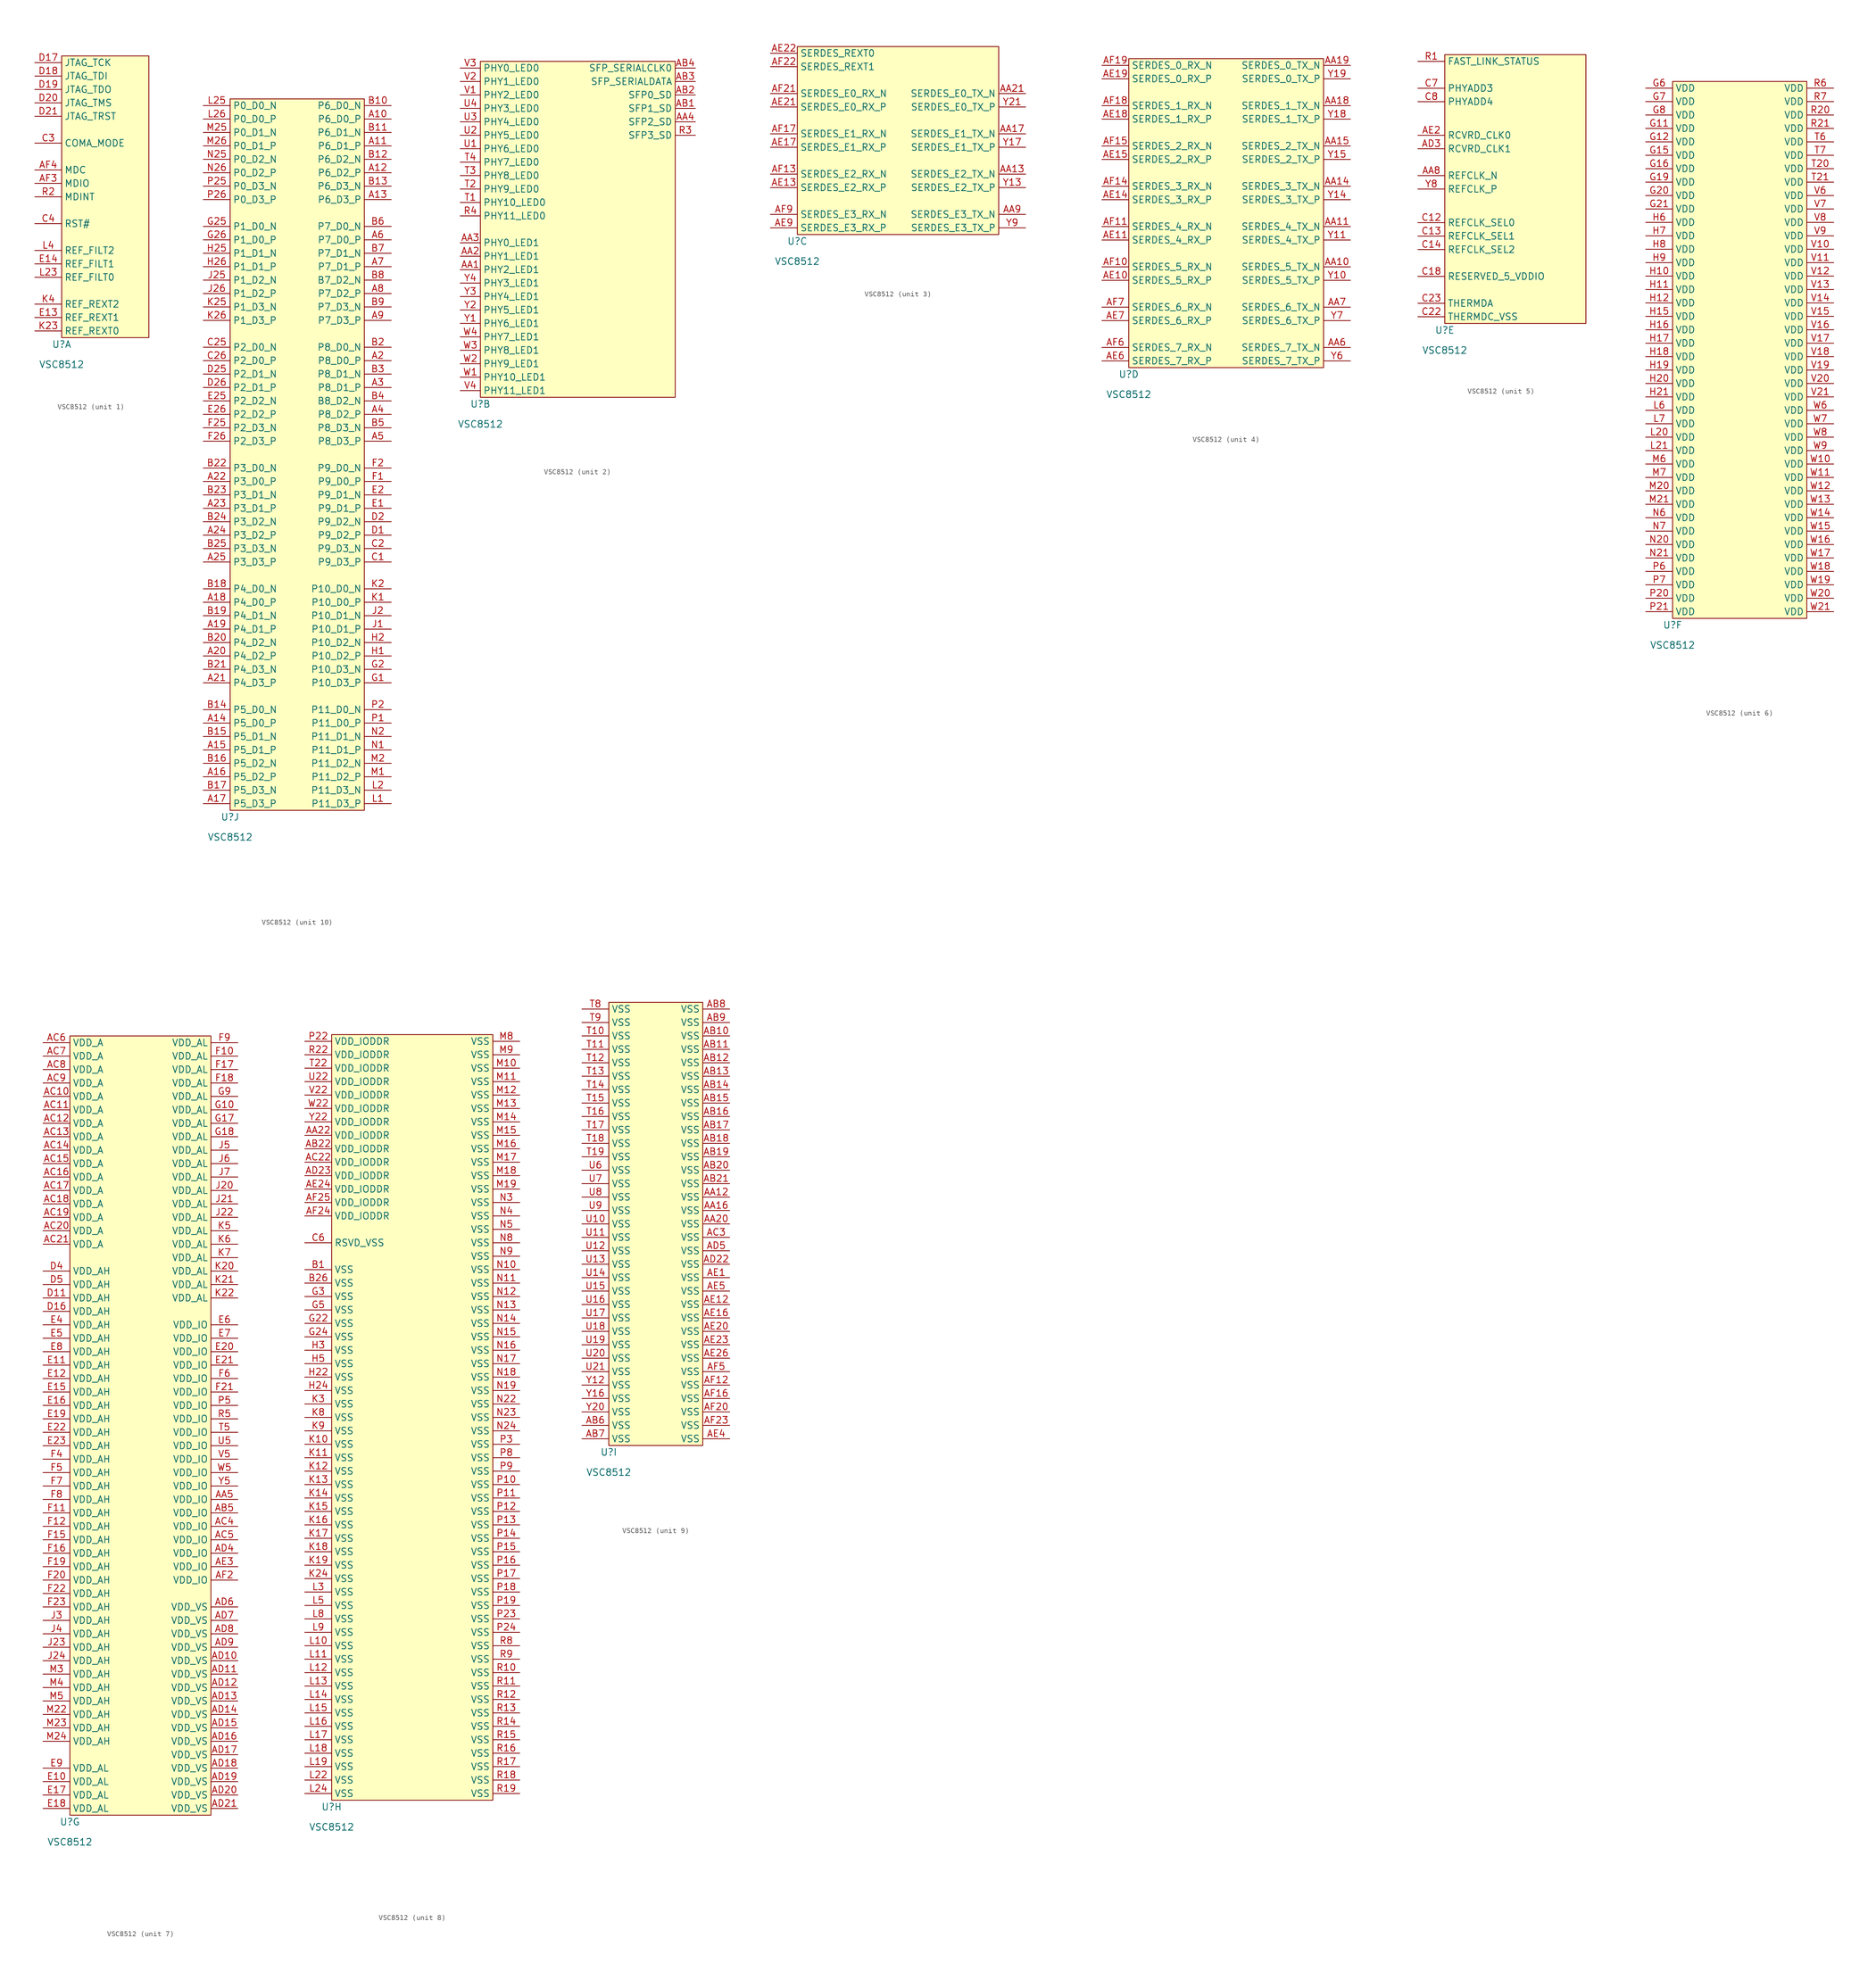
<source format=kicad_sym>
(kicad_symbol_lib
  (version 20211014)
  (generator kicad_symbol_editor)
  (symbol "VSC8512"
    (property "Reference" "U"
      (at 0 -1.27 0)
      (effects (font (size 1.27 1.27))))
    (property "Value" "VSC8512"
      (at 0 -5.08 0)
      (effects (font (size 1.27 1.27))))
    (property "ki_locked" ""
      (at 0 0 0)
      (effects (font (size 1.27 1.27))))
    (symbol "VSC8512_1_1"
      (rectangle (start 0 53.34) (end 16.51 0) (stroke (width 0.152) (type default) (color 0 0 0 0)) (fill (type background)))
      (pin bidirectional line (at -5.08 29.21 0) (length 5.08) (name "MDIO" (effects (font (size 1.27 1.27)))) (number "AF3" (effects (font (size 1.27 1.27)))))
      (pin input line (at -5.08 31.75 0) (length 5.08) (name "MDC" (effects (font (size 1.27 1.27)))) (number "AF4" (effects (font (size 1.27 1.27)))))
      (pin input line (at -5.08 36.83 0) (length 5.08) (name "COMA_MODE" (effects (font (size 1.27 1.27)))) (number "C3" (effects (font (size 1.27 1.27)))))
      (pin input line (at -5.08 21.59 0) (length 5.08) (name "RST#" (effects (font (size 1.27 1.27)))) (number "C4" (effects (font (size 1.27 1.27)))))
      (pin input line (at -5.08 52.07 0) (length 5.08) (name "JTAG_TCK" (effects (font (size 1.27 1.27)))) (number "D17" (effects (font (size 1.27 1.27)))))
      (pin input line (at -5.08 49.53 0) (length 5.08) (name "JTAG_TDI" (effects (font (size 1.27 1.27)))) (number "D18" (effects (font (size 1.27 1.27)))))
      (pin output line (at -5.08 46.99 0) (length 5.08) (name "JTAG_TDO" (effects (font (size 1.27 1.27)))) (number "D19" (effects (font (size 1.27 1.27)))))
      (pin input line (at -5.08 44.45 0) (length 5.08) (name "JTAG_TMS" (effects (font (size 1.27 1.27)))) (number "D20" (effects (font (size 1.27 1.27)))))
      (pin input line (at -5.08 41.91 0) (length 5.08) (name "JTAG_TRST" (effects (font (size 1.27 1.27)))) (number "D21" (effects (font (size 1.27 1.27)))))
      (pin passive line (at -5.08 3.81 0) (length 5.08) (name "REF_REXT1" (effects (font (size 1.27 1.27)))) (number "E13" (effects (font (size 1.27 1.27)))))
      (pin passive line (at -5.08 13.97 0) (length 5.08) (name "REF_FILT1" (effects (font (size 1.27 1.27)))) (number "E14" (effects (font (size 1.27 1.27)))))
      (pin passive line (at -5.08 1.27 0) (length 5.08) (name "REF_REXT0" (effects (font (size 1.27 1.27)))) (number "K23" (effects (font (size 1.27 1.27)))))
      (pin passive line (at -5.08 6.35 0) (length 5.08) (name "REF_REXT2" (effects (font (size 1.27 1.27)))) (number "K4" (effects (font (size 1.27 1.27)))))
      (pin passive line (at -5.08 11.43 0) (length 5.08) (name "REF_FILT0" (effects (font (size 1.27 1.27)))) (number "L23" (effects (font (size 1.27 1.27)))))
      (pin passive line (at -5.08 16.51 0) (length 5.08) (name "REF_FILT2" (effects (font (size 1.27 1.27)))) (number "L4" (effects (font (size 1.27 1.27)))))
      (pin bidirectional line (at -5.08 26.67 0) (length 5.08) (name "MDINT" (effects (font (size 1.27 1.27)))) (number "R2" (effects (font (size 1.27 1.27))))))
    (symbol "VSC8512_2_1"
      (rectangle (start 0 63.5) (end 36.83 0) (stroke (width 0.152) (type default) (color 0 0 0 0)) (fill (type background)))
      (pin output line (at -3.81 24.13 0) (length 3.81) (name "PHY2_LED1" (effects (font (size 1.27 1.27)))) (number "AA1" (effects (font (size 1.27 1.27)))) (alternate "ESLED1_DO" output line))
      (pin output line (at -3.81 26.67 0) (length 3.81) (name "PHY1_LED1" (effects (font (size 1.27 1.27)))) (number "AA2" (effects (font (size 1.27 1.27)))) (alternate "ESLED1_LD" output line))
      (pin output line (at -3.81 29.21 0) (length 3.81) (name "PHY0_LED1" (effects (font (size 1.27 1.27)))) (number "AA3" (effects (font (size 1.27 1.27)))) (alternate "BASIC_SLED_CLK" output line) (alternate "ESLED1_CLK" output line))
      (pin input line (at 40.64 52.07 180) (length 3.81) (name "SFP2_SD" (effects (font (size 1.27 1.27)))) (number "AA4" (effects (font (size 1.27 1.27)))) (alternate "GPIO_4" bidirectional line))
      (pin input line (at 40.64 54.61 180) (length 3.81) (name "SFP1_SD" (effects (font (size 1.27 1.27)))) (number "AB1" (effects (font (size 1.27 1.27)))) (alternate "ESLED0_PULSE" output line) (alternate "GPIO_3" bidirectional line))
      (pin input line (at 40.64 57.15 180) (length 3.81) (name "SFP0_SD" (effects (font (size 1.27 1.27)))) (number "AB2" (effects (font (size 1.27 1.27)))) (alternate "ESLED0_D0" output line) (alternate "GPIO_2" bidirectional line))
      (pin output line (at 40.64 59.69 180) (length 3.81) (name "SFP_SERIALDATA" (effects (font (size 1.27 1.27)))) (number "AB3" (effects (font (size 1.27 1.27)))) (alternate "ESLED0_LD" output line))
      (pin output line (at 40.64 62.23 180) (length 3.81) (name "SFP_SERIALCLK0" (effects (font (size 1.27 1.27)))) (number "AB4" (effects (font (size 1.27 1.27)))) (alternate "ESLED0_CLK" output line))
      (pin input line (at 40.64 49.53 180) (length 3.81) (name "SFP3_SD" (effects (font (size 1.27 1.27)))) (number "R3" (effects (font (size 1.27 1.27)))) (alternate "GPIO_29" bidirectional line))
      (pin output line (at -3.81 34.29 0) (length 3.81) (name "PHY11_LED0" (effects (font (size 1.27 1.27)))) (number "R4" (effects (font (size 1.27 1.27)))))
      (pin output line (at -3.81 36.83 0) (length 3.81) (name "PHY10_LED0" (effects (font (size 1.27 1.27)))) (number "T1" (effects (font (size 1.27 1.27)))))
      (pin output line (at -3.81 39.37 0) (length 3.81) (name "PHY9_LED0" (effects (font (size 1.27 1.27)))) (number "T2" (effects (font (size 1.27 1.27)))))
      (pin output line (at -3.81 41.91 0) (length 3.81) (name "PHY8_LED0" (effects (font (size 1.27 1.27)))) (number "T3" (effects (font (size 1.27 1.27)))))
      (pin output line (at -3.81 44.45 0) (length 3.81) (name "PHY7_LED0" (effects (font (size 1.27 1.27)))) (number "T4" (effects (font (size 1.27 1.27)))))
      (pin output line (at -3.81 46.99 0) (length 3.81) (name "PHY6_LED0" (effects (font (size 1.27 1.27)))) (number "U1" (effects (font (size 1.27 1.27)))))
      (pin output line (at -3.81 49.53 0) (length 3.81) (name "PHY5_LED0" (effects (font (size 1.27 1.27)))) (number "U2" (effects (font (size 1.27 1.27)))))
      (pin output line (at -3.81 52.07 0) (length 3.81) (name "PHY4_LED0" (effects (font (size 1.27 1.27)))) (number "U3" (effects (font (size 1.27 1.27)))))
      (pin output line (at -3.81 54.61 0) (length 3.81) (name "PHY3_LED0" (effects (font (size 1.27 1.27)))) (number "U4" (effects (font (size 1.27 1.27)))))
      (pin output line (at -3.81 57.15 0) (length 3.81) (name "PHY2_LED0" (effects (font (size 1.27 1.27)))) (number "V1" (effects (font (size 1.27 1.27)))))
      (pin output line (at -3.81 59.69 0) (length 3.81) (name "PHY1_LED0" (effects (font (size 1.27 1.27)))) (number "V2" (effects (font (size 1.27 1.27)))))
      (pin output line (at -3.81 62.23 0) (length 3.81) (name "PHY0_LED0" (effects (font (size 1.27 1.27)))) (number "V3" (effects (font (size 1.27 1.27)))) (alternate "BASIC_SLED_DATA" output line))
      (pin output line (at -3.81 1.27 0) (length 3.81) (name "PHY11_LED1" (effects (font (size 1.27 1.27)))) (number "V4" (effects (font (size 1.27 1.27)))) (alternate "GPIO_16" bidirectional line))
      (pin output line (at -3.81 3.81 0) (length 3.81) (name "PHY10_LED1" (effects (font (size 1.27 1.27)))) (number "W1" (effects (font (size 1.27 1.27)))) (alternate "GPIO_15" bidirectional line))
      (pin output line (at -3.81 6.35 0) (length 3.81) (name "PHY9_LED1" (effects (font (size 1.27 1.27)))) (number "W2" (effects (font (size 1.27 1.27)))) (alternate "GPIO_14" bidirectional line))
      (pin output line (at -3.81 8.89 0) (length 3.81) (name "PHY8_LED1" (effects (font (size 1.27 1.27)))) (number "W3" (effects (font (size 1.27 1.27)))) (alternate "GPIO_13" bidirectional line))
      (pin output line (at -3.81 11.43 0) (length 3.81) (name "PHY7_LED1" (effects (font (size 1.27 1.27)))) (number "W4" (effects (font (size 1.27 1.27)))) (alternate "SFP_SERIALCLK1" output line))
      (pin output line (at -3.81 13.97 0) (length 3.81) (name "PHY6_LED1" (effects (font (size 1.27 1.27)))) (number "Y1" (effects (font (size 1.27 1.27)))) (alternate "SFP_SERIALCLK2" output line))
      (pin output line (at -3.81 16.51 0) (length 3.81) (name "PHY5_LED1" (effects (font (size 1.27 1.27)))) (number "Y2" (effects (font (size 1.27 1.27)))) (alternate "SFP_SERIALCLK3" output line))
      (pin output line (at -3.81 19.05 0) (length 3.81) (name "PHY4_LED1" (effects (font (size 1.27 1.27)))) (number "Y3" (effects (font (size 1.27 1.27)))) (alternate "CLK_SQUELCH_IN" input line))
      (pin output line (at -3.81 21.59 0) (length 3.81) (name "PHY3_LED1" (effects (font (size 1.27 1.27)))) (number "Y4" (effects (font (size 1.27 1.27)))) (alternate "ESLED1_PULSE" output line)))
    (symbol "VSC8512_3_1"
      (rectangle (start 0 35.56) (end 38.1 0) (stroke (width 0.152) (type default) (color 0 0 0 0)) (fill (type background)))
      (pin output line (at 43.18 11.43 180) (length 5.08) (name "SERDES_E2_TX_N" (effects (font (size 1.27 1.27)))) (number "AA13" (effects (font (size 1.27 1.27)))))
      (pin output line (at 43.18 19.05 180) (length 5.08) (name "SERDES_E1_TX_N" (effects (font (size 1.27 1.27)))) (number "AA17" (effects (font (size 1.27 1.27)))))
      (pin output line (at 43.18 26.67 180) (length 5.08) (name "SERDES_E0_TX_N" (effects (font (size 1.27 1.27)))) (number "AA21" (effects (font (size 1.27 1.27)))))
      (pin output line (at 43.18 3.81 180) (length 5.08) (name "SERDES_E3_TX_N" (effects (font (size 1.27 1.27)))) (number "AA9" (effects (font (size 1.27 1.27)))))
      (pin input line (at -5.08 8.89 0) (length 5.08) (name "SERDES_E2_RX_P" (effects (font (size 1.27 1.27)))) (number "AE13" (effects (font (size 1.27 1.27)))))
      (pin input line (at -5.08 16.51 0) (length 5.08) (name "SERDES_E1_RX_P" (effects (font (size 1.27 1.27)))) (number "AE17" (effects (font (size 1.27 1.27)))))
      (pin input line (at -5.08 24.13 0) (length 5.08) (name "SERDES_E0_RX_P" (effects (font (size 1.27 1.27)))) (number "AE21" (effects (font (size 1.27 1.27)))))
      (pin bidirectional line (at -5.08 34.29 0) (length 5.08) (name "SERDES_REXT0" (effects (font (size 1.27 1.27)))) (number "AE22" (effects (font (size 1.27 1.27)))))
      (pin input line (at -5.08 1.27 0) (length 5.08) (name "SERDES_E3_RX_P" (effects (font (size 1.27 1.27)))) (number "AE9" (effects (font (size 1.27 1.27)))))
      (pin input line (at -5.08 11.43 0) (length 5.08) (name "SERDES_E2_RX_N" (effects (font (size 1.27 1.27)))) (number "AF13" (effects (font (size 1.27 1.27)))))
      (pin input line (at -5.08 19.05 0) (length 5.08) (name "SERDES_E1_RX_N" (effects (font (size 1.27 1.27)))) (number "AF17" (effects (font (size 1.27 1.27)))))
      (pin input line (at -5.08 26.67 0) (length 5.08) (name "SERDES_E0_RX_N" (effects (font (size 1.27 1.27)))) (number "AF21" (effects (font (size 1.27 1.27)))))
      (pin bidirectional line (at -5.08 31.75 0) (length 5.08) (name "SERDES_REXT1" (effects (font (size 1.27 1.27)))) (number "AF22" (effects (font (size 1.27 1.27)))))
      (pin input line (at -5.08 3.81 0) (length 5.08) (name "SERDES_E3_RX_N" (effects (font (size 1.27 1.27)))) (number "AF9" (effects (font (size 1.27 1.27)))))
      (pin output line (at 43.18 8.89 180) (length 5.08) (name "SERDES_E2_TX_P" (effects (font (size 1.27 1.27)))) (number "Y13" (effects (font (size 1.27 1.27)))))
      (pin output line (at 43.18 16.51 180) (length 5.08) (name "SERDES_E1_TX_P" (effects (font (size 1.27 1.27)))) (number "Y17" (effects (font (size 1.27 1.27)))))
      (pin output line (at 43.18 24.13 180) (length 5.08) (name "SERDES_E0_TX_P" (effects (font (size 1.27 1.27)))) (number "Y21" (effects (font (size 1.27 1.27)))))
      (pin output line (at 43.18 1.27 180) (length 5.08) (name "SERDES_E3_TX_P" (effects (font (size 1.27 1.27)))) (number "Y9" (effects (font (size 1.27 1.27))))))
    (symbol "VSC8512_4_1"
      (rectangle (start 0 58.42) (end 36.83 0) (stroke (width 0.152) (type default) (color 0 0 0 0)) (fill (type background)))
      (pin output line (at 41.91 19.05 180) (length 5.08) (name "SERDES_5_TX_N" (effects (font (size 1.27 1.27)))) (number "AA10" (effects (font (size 1.27 1.27)))))
      (pin output line (at 41.91 26.67 180) (length 5.08) (name "SERDES_4_TX_N" (effects (font (size 1.27 1.27)))) (number "AA11" (effects (font (size 1.27 1.27)))))
      (pin output line (at 41.91 34.29 180) (length 5.08) (name "SERDES_3_TX_N" (effects (font (size 1.27 1.27)))) (number "AA14" (effects (font (size 1.27 1.27)))))
      (pin output line (at 41.91 41.91 180) (length 5.08) (name "SERDES_2_TX_N" (effects (font (size 1.27 1.27)))) (number "AA15" (effects (font (size 1.27 1.27)))))
      (pin output line (at 41.91 49.53 180) (length 5.08) (name "SERDES_1_TX_N" (effects (font (size 1.27 1.27)))) (number "AA18" (effects (font (size 1.27 1.27)))))
      (pin output line (at 41.91 57.15 180) (length 5.08) (name "SERDES_0_TX_N" (effects (font (size 1.27 1.27)))) (number "AA19" (effects (font (size 1.27 1.27)))))
      (pin output line (at 41.91 3.81 180) (length 5.08) (name "SERDES_7_TX_N" (effects (font (size 1.27 1.27)))) (number "AA6" (effects (font (size 1.27 1.27)))))
      (pin output line (at 41.91 11.43 180) (length 5.08) (name "SERDES_6_TX_N" (effects (font (size 1.27 1.27)))) (number "AA7" (effects (font (size 1.27 1.27)))))
      (pin input line (at -5.08 16.51 0) (length 5.08) (name "SERDES_5_RX_P" (effects (font (size 1.27 1.27)))) (number "AE10" (effects (font (size 1.27 1.27)))))
      (pin input line (at -5.08 24.13 0) (length 5.08) (name "SERDES_4_RX_P" (effects (font (size 1.27 1.27)))) (number "AE11" (effects (font (size 1.27 1.27)))))
      (pin input line (at -5.08 31.75 0) (length 5.08) (name "SERDES_3_RX_P" (effects (font (size 1.27 1.27)))) (number "AE14" (effects (font (size 1.27 1.27)))))
      (pin input line (at -5.08 39.37 0) (length 5.08) (name "SERDES_2_RX_P" (effects (font (size 1.27 1.27)))) (number "AE15" (effects (font (size 1.27 1.27)))))
      (pin input line (at -5.08 46.99 0) (length 5.08) (name "SERDES_1_RX_P" (effects (font (size 1.27 1.27)))) (number "AE18" (effects (font (size 1.27 1.27)))))
      (pin input line (at -5.08 54.61 0) (length 5.08) (name "SERDES_0_RX_P" (effects (font (size 1.27 1.27)))) (number "AE19" (effects (font (size 1.27 1.27)))))
      (pin input line (at -5.08 1.27 0) (length 5.08) (name "SERDES_7_RX_P" (effects (font (size 1.27 1.27)))) (number "AE6" (effects (font (size 1.27 1.27)))))
      (pin input line (at -5.08 8.89 0) (length 5.08) (name "SERDES_6_RX_P" (effects (font (size 1.27 1.27)))) (number "AE7" (effects (font (size 1.27 1.27)))))
      (pin input line (at -5.08 19.05 0) (length 5.08) (name "SERDES_5_RX_N" (effects (font (size 1.27 1.27)))) (number "AF10" (effects (font (size 1.27 1.27)))))
      (pin input line (at -5.08 26.67 0) (length 5.08) (name "SERDES_4_RX_N" (effects (font (size 1.27 1.27)))) (number "AF11" (effects (font (size 1.27 1.27)))))
      (pin input line (at -5.08 34.29 0) (length 5.08) (name "SERDES_3_RX_N" (effects (font (size 1.27 1.27)))) (number "AF14" (effects (font (size 1.27 1.27)))))
      (pin input line (at -5.08 41.91 0) (length 5.08) (name "SERDES_2_RX_N" (effects (font (size 1.27 1.27)))) (number "AF15" (effects (font (size 1.27 1.27)))))
      (pin input line (at -5.08 49.53 0) (length 5.08) (name "SERDES_1_RX_N" (effects (font (size 1.27 1.27)))) (number "AF18" (effects (font (size 1.27 1.27)))))
      (pin input line (at -5.08 57.15 0) (length 5.08) (name "SERDES_0_RX_N" (effects (font (size 1.27 1.27)))) (number "AF19" (effects (font (size 1.27 1.27)))))
      (pin input line (at -5.08 3.81 0) (length 5.08) (name "SERDES_7_RX_N" (effects (font (size 1.27 1.27)))) (number "AF6" (effects (font (size 1.27 1.27)))))
      (pin input line (at -5.08 11.43 0) (length 5.08) (name "SERDES_6_RX_N" (effects (font (size 1.27 1.27)))) (number "AF7" (effects (font (size 1.27 1.27)))))
      (pin output line (at 41.91 16.51 180) (length 5.08) (name "SERDES_5_TX_P" (effects (font (size 1.27 1.27)))) (number "Y10" (effects (font (size 1.27 1.27)))))
      (pin output line (at 41.91 24.13 180) (length 5.08) (name "SERDES_4_TX_P" (effects (font (size 1.27 1.27)))) (number "Y11" (effects (font (size 1.27 1.27)))))
      (pin output line (at 41.91 31.75 180) (length 5.08) (name "SERDES_3_TX_P" (effects (font (size 1.27 1.27)))) (number "Y14" (effects (font (size 1.27 1.27)))))
      (pin output line (at 41.91 39.37 180) (length 5.08) (name "SERDES_2_TX_P" (effects (font (size 1.27 1.27)))) (number "Y15" (effects (font (size 1.27 1.27)))))
      (pin output line (at 41.91 46.99 180) (length 5.08) (name "SERDES_1_TX_P" (effects (font (size 1.27 1.27)))) (number "Y18" (effects (font (size 1.27 1.27)))))
      (pin output line (at 41.91 54.61 180) (length 5.08) (name "SERDES_0_TX_P" (effects (font (size 1.27 1.27)))) (number "Y19" (effects (font (size 1.27 1.27)))))
      (pin output line (at 41.91 1.27 180) (length 5.08) (name "SERDES_7_TX_P" (effects (font (size 1.27 1.27)))) (number "Y6" (effects (font (size 1.27 1.27)))))
      (pin output line (at 41.91 8.89 180) (length 5.08) (name "SERDES_6_TX_P" (effects (font (size 1.27 1.27)))) (number "Y7" (effects (font (size 1.27 1.27))))))
    (symbol "VSC8512_5_1"
      (rectangle (start 0 50.8) (end 26.67 0) (stroke (width 0.152) (type default) (color 0 0 0 0)) (fill (type background)))
      (pin input line (at -5.08 27.94 0) (length 5.08) (name "REFCLK_N" (effects (font (size 1.27 1.27)))) (number "AA8" (effects (font (size 1.27 1.27)))))
      (pin output line (at -5.08 33.02 0) (length 5.08) (name "RCVRD_CLK1" (effects (font (size 1.27 1.27)))) (number "AD3" (effects (font (size 1.27 1.27)))))
      (pin output line (at -5.08 35.56 0) (length 5.08) (name "RCVRD_CLK0" (effects (font (size 1.27 1.27)))) (number "AE2" (effects (font (size 1.27 1.27)))))
      (pin input line (at -5.08 19.05 0) (length 5.08) (name "REFCLK_SEL0" (effects (font (size 1.27 1.27)))) (number "C12" (effects (font (size 1.27 1.27)))))
      (pin input line (at -5.08 16.51 0) (length 5.08) (name "REFCLK_SEL1" (effects (font (size 1.27 1.27)))) (number "C13" (effects (font (size 1.27 1.27)))))
      (pin input line (at -5.08 13.97 0) (length 5.08) (name "REFCLK_SEL2" (effects (font (size 1.27 1.27)))) (number "C14" (effects (font (size 1.27 1.27)))))
      (pin power_in line (at -5.08 8.89 0) (length 5.08) (name "RESERVED_5_VDDIO" (effects (font (size 1.27 1.27)))) (number "C18" (effects (font (size 1.27 1.27)))))
      (pin power_in line (at -5.08 1.27 0) (length 5.08) (name "THERMDC_VSS" (effects (font (size 1.27 1.27)))) (number "C22" (effects (font (size 1.27 1.27)))))
      (pin passive line (at -5.08 3.81 0) (length 5.08) (name "THERMDA" (effects (font (size 1.27 1.27)))) (number "C23" (effects (font (size 1.27 1.27)))))
      (pin input line (at -5.08 44.45 0) (length 5.08) (name "PHYADD3" (effects (font (size 1.27 1.27)))) (number "C7" (effects (font (size 1.27 1.27)))))
      (pin input line (at -5.08 41.91 0) (length 5.08) (name "PHYADD4" (effects (font (size 1.27 1.27)))) (number "C8" (effects (font (size 1.27 1.27)))))
      (pin output line (at -5.08 49.53 0) (length 5.08) (name "FAST_LINK_STATUS" (effects (font (size 1.27 1.27)))) (number "R1" (effects (font (size 1.27 1.27)))))
      (pin input line (at -5.08 25.4 0) (length 5.08) (name "REFCLK_P" (effects (font (size 1.27 1.27)))) (number "Y8" (effects (font (size 1.27 1.27))))))
    (symbol "VSC8512_6_1"
      (rectangle (start 0 101.6) (end 25.4 0) (stroke (width 0.152) (type default) (color 0 0 0 0)) (fill (type background)))
      (pin power_in line (at -5.08 92.71 0) (length 5.08) (name "VDD" (effects (font (size 1.27 1.27)))) (number "G11" (effects (font (size 1.27 1.27)))))
      (pin power_in line (at -5.08 90.17 0) (length 5.08) (name "VDD" (effects (font (size 1.27 1.27)))) (number "G12" (effects (font (size 1.27 1.27)))))
      (pin power_in line (at -5.08 87.63 0) (length 5.08) (name "VDD" (effects (font (size 1.27 1.27)))) (number "G15" (effects (font (size 1.27 1.27)))))
      (pin power_in line (at -5.08 85.09 0) (length 5.08) (name "VDD" (effects (font (size 1.27 1.27)))) (number "G16" (effects (font (size 1.27 1.27)))))
      (pin power_in line (at -5.08 82.55 0) (length 5.08) (name "VDD" (effects (font (size 1.27 1.27)))) (number "G19" (effects (font (size 1.27 1.27)))))
      (pin power_in line (at -5.08 80.01 0) (length 5.08) (name "VDD" (effects (font (size 1.27 1.27)))) (number "G20" (effects (font (size 1.27 1.27)))))
      (pin power_in line (at -5.08 77.47 0) (length 5.08) (name "VDD" (effects (font (size 1.27 1.27)))) (number "G21" (effects (font (size 1.27 1.27)))))
      (pin power_in line (at -5.08 100.33 0) (length 5.08) (name "VDD" (effects (font (size 1.27 1.27)))) (number "G6" (effects (font (size 1.27 1.27)))))
      (pin power_in line (at -5.08 97.79 0) (length 5.08) (name "VDD" (effects (font (size 1.27 1.27)))) (number "G7" (effects (font (size 1.27 1.27)))))
      (pin power_in line (at -5.08 95.25 0) (length 5.08) (name "VDD" (effects (font (size 1.27 1.27)))) (number "G8" (effects (font (size 1.27 1.27)))))
      (pin power_in line (at -5.08 64.77 0) (length 5.08) (name "VDD" (effects (font (size 1.27 1.27)))) (number "H10" (effects (font (size 1.27 1.27)))))
      (pin power_in line (at -5.08 62.23 0) (length 5.08) (name "VDD" (effects (font (size 1.27 1.27)))) (number "H11" (effects (font (size 1.27 1.27)))))
      (pin power_in line (at -5.08 59.69 0) (length 5.08) (name "VDD" (effects (font (size 1.27 1.27)))) (number "H12" (effects (font (size 1.27 1.27)))))
      (pin power_in line (at -5.08 57.15 0) (length 5.08) (name "VDD" (effects (font (size 1.27 1.27)))) (number "H15" (effects (font (size 1.27 1.27)))))
      (pin power_in line (at -5.08 54.61 0) (length 5.08) (name "VDD" (effects (font (size 1.27 1.27)))) (number "H16" (effects (font (size 1.27 1.27)))))
      (pin power_in line (at -5.08 52.07 0) (length 5.08) (name "VDD" (effects (font (size 1.27 1.27)))) (number "H17" (effects (font (size 1.27 1.27)))))
      (pin power_in line (at -5.08 49.53 0) (length 5.08) (name "VDD" (effects (font (size 1.27 1.27)))) (number "H18" (effects (font (size 1.27 1.27)))))
      (pin power_in line (at -5.08 46.99 0) (length 5.08) (name "VDD" (effects (font (size 1.27 1.27)))) (number "H19" (effects (font (size 1.27 1.27)))))
      (pin power_in line (at -5.08 44.45 0) (length 5.08) (name "VDD" (effects (font (size 1.27 1.27)))) (number "H20" (effects (font (size 1.27 1.27)))))
      (pin power_in line (at -5.08 41.91 0) (length 5.08) (name "VDD" (effects (font (size 1.27 1.27)))) (number "H21" (effects (font (size 1.27 1.27)))))
      (pin power_in line (at -5.08 74.93 0) (length 5.08) (name "VDD" (effects (font (size 1.27 1.27)))) (number "H6" (effects (font (size 1.27 1.27)))))
      (pin power_in line (at -5.08 72.39 0) (length 5.08) (name "VDD" (effects (font (size 1.27 1.27)))) (number "H7" (effects (font (size 1.27 1.27)))))
      (pin power_in line (at -5.08 69.85 0) (length 5.08) (name "VDD" (effects (font (size 1.27 1.27)))) (number "H8" (effects (font (size 1.27 1.27)))))
      (pin power_in line (at -5.08 67.31 0) (length 5.08) (name "VDD" (effects (font (size 1.27 1.27)))) (number "H9" (effects (font (size 1.27 1.27)))))
      (pin power_in line (at -5.08 34.29 0) (length 5.08) (name "VDD" (effects (font (size 1.27 1.27)))) (number "L20" (effects (font (size 1.27 1.27)))))
      (pin power_in line (at -5.08 31.75 0) (length 5.08) (name "VDD" (effects (font (size 1.27 1.27)))) (number "L21" (effects (font (size 1.27 1.27)))))
      (pin power_in line (at -5.08 39.37 0) (length 5.08) (name "VDD" (effects (font (size 1.27 1.27)))) (number "L6" (effects (font (size 1.27 1.27)))))
      (pin power_in line (at -5.08 36.83 0) (length 5.08) (name "VDD" (effects (font (size 1.27 1.27)))) (number "L7" (effects (font (size 1.27 1.27)))))
      (pin power_in line (at -5.08 24.13 0) (length 5.08) (name "VDD" (effects (font (size 1.27 1.27)))) (number "M20" (effects (font (size 1.27 1.27)))))
      (pin power_in line (at -5.08 21.59 0) (length 5.08) (name "VDD" (effects (font (size 1.27 1.27)))) (number "M21" (effects (font (size 1.27 1.27)))))
      (pin power_in line (at -5.08 29.21 0) (length 5.08) (name "VDD" (effects (font (size 1.27 1.27)))) (number "M6" (effects (font (size 1.27 1.27)))))
      (pin power_in line (at -5.08 26.67 0) (length 5.08) (name "VDD" (effects (font (size 1.27 1.27)))) (number "M7" (effects (font (size 1.27 1.27)))))
      (pin power_in line (at -5.08 13.97 0) (length 5.08) (name "VDD" (effects (font (size 1.27 1.27)))) (number "N20" (effects (font (size 1.27 1.27)))))
      (pin power_in line (at -5.08 11.43 0) (length 5.08) (name "VDD" (effects (font (size 1.27 1.27)))) (number "N21" (effects (font (size 1.27 1.27)))))
      (pin power_in line (at -5.08 19.05 0) (length 5.08) (name "VDD" (effects (font (size 1.27 1.27)))) (number "N6" (effects (font (size 1.27 1.27)))))
      (pin power_in line (at -5.08 16.51 0) (length 5.08) (name "VDD" (effects (font (size 1.27 1.27)))) (number "N7" (effects (font (size 1.27 1.27)))))
      (pin power_in line (at -5.08 3.81 0) (length 5.08) (name "VDD" (effects (font (size 1.27 1.27)))) (number "P20" (effects (font (size 1.27 1.27)))))
      (pin power_in line (at -5.08 1.27 0) (length 5.08) (name "VDD" (effects (font (size 1.27 1.27)))) (number "P21" (effects (font (size 1.27 1.27)))))
      (pin power_in line (at -5.08 8.89 0) (length 5.08) (name "VDD" (effects (font (size 1.27 1.27)))) (number "P6" (effects (font (size 1.27 1.27)))))
      (pin power_in line (at -5.08 6.35 0) (length 5.08) (name "VDD" (effects (font (size 1.27 1.27)))) (number "P7" (effects (font (size 1.27 1.27)))))
      (pin power_in line (at 30.48 95.25 180) (length 5.08) (name "VDD" (effects (font (size 1.27 1.27)))) (number "R20" (effects (font (size 1.27 1.27)))))
      (pin power_in line (at 30.48 92.71 180) (length 5.08) (name "VDD" (effects (font (size 1.27 1.27)))) (number "R21" (effects (font (size 1.27 1.27)))))
      (pin power_in line (at 30.48 100.33 180) (length 5.08) (name "VDD" (effects (font (size 1.27 1.27)))) (number "R6" (effects (font (size 1.27 1.27)))))
      (pin power_in line (at 30.48 97.79 180) (length 5.08) (name "VDD" (effects (font (size 1.27 1.27)))) (number "R7" (effects (font (size 1.27 1.27)))))
      (pin power_in line (at 30.48 85.09 180) (length 5.08) (name "VDD" (effects (font (size 1.27 1.27)))) (number "T20" (effects (font (size 1.27 1.27)))))
      (pin power_in line (at 30.48 82.55 180) (length 5.08) (name "VDD" (effects (font (size 1.27 1.27)))) (number "T21" (effects (font (size 1.27 1.27)))))
      (pin power_in line (at 30.48 90.17 180) (length 5.08) (name "VDD" (effects (font (size 1.27 1.27)))) (number "T6" (effects (font (size 1.27 1.27)))))
      (pin power_in line (at 30.48 87.63 180) (length 5.08) (name "VDD" (effects (font (size 1.27 1.27)))) (number "T7" (effects (font (size 1.27 1.27)))))
      (pin power_in line (at 30.48 69.85 180) (length 5.08) (name "VDD" (effects (font (size 1.27 1.27)))) (number "V10" (effects (font (size 1.27 1.27)))))
      (pin power_in line (at 30.48 67.31 180) (length 5.08) (name "VDD" (effects (font (size 1.27 1.27)))) (number "V11" (effects (font (size 1.27 1.27)))))
      (pin power_in line (at 30.48 64.77 180) (length 5.08) (name "VDD" (effects (font (size 1.27 1.27)))) (number "V12" (effects (font (size 1.27 1.27)))))
      (pin power_in line (at 30.48 62.23 180) (length 5.08) (name "VDD" (effects (font (size 1.27 1.27)))) (number "V13" (effects (font (size 1.27 1.27)))))
      (pin power_in line (at 30.48 59.69 180) (length 5.08) (name "VDD" (effects (font (size 1.27 1.27)))) (number "V14" (effects (font (size 1.27 1.27)))))
      (pin power_in line (at 30.48 57.15 180) (length 5.08) (name "VDD" (effects (font (size 1.27 1.27)))) (number "V15" (effects (font (size 1.27 1.27)))))
      (pin power_in line (at 30.48 54.61 180) (length 5.08) (name "VDD" (effects (font (size 1.27 1.27)))) (number "V16" (effects (font (size 1.27 1.27)))))
      (pin power_in line (at 30.48 52.07 180) (length 5.08) (name "VDD" (effects (font (size 1.27 1.27)))) (number "V17" (effects (font (size 1.27 1.27)))))
      (pin power_in line (at 30.48 49.53 180) (length 5.08) (name "VDD" (effects (font (size 1.27 1.27)))) (number "V18" (effects (font (size 1.27 1.27)))))
      (pin power_in line (at 30.48 46.99 180) (length 5.08) (name "VDD" (effects (font (size 1.27 1.27)))) (number "V19" (effects (font (size 1.27 1.27)))))
      (pin power_in line (at 30.48 44.45 180) (length 5.08) (name "VDD" (effects (font (size 1.27 1.27)))) (number "V20" (effects (font (size 1.27 1.27)))))
      (pin power_in line (at 30.48 41.91 180) (length 5.08) (name "VDD" (effects (font (size 1.27 1.27)))) (number "V21" (effects (font (size 1.27 1.27)))))
      (pin power_in line (at 30.48 80.01 180) (length 5.08) (name "VDD" (effects (font (size 1.27 1.27)))) (number "V6" (effects (font (size 1.27 1.27)))))
      (pin power_in line (at 30.48 77.47 180) (length 5.08) (name "VDD" (effects (font (size 1.27 1.27)))) (number "V7" (effects (font (size 1.27 1.27)))))
      (pin power_in line (at 30.48 74.93 180) (length 5.08) (name "VDD" (effects (font (size 1.27 1.27)))) (number "V8" (effects (font (size 1.27 1.27)))))
      (pin power_in line (at 30.48 72.39 180) (length 5.08) (name "VDD" (effects (font (size 1.27 1.27)))) (number "V9" (effects (font (size 1.27 1.27)))))
      (pin power_in line (at 30.48 29.21 180) (length 5.08) (name "VDD" (effects (font (size 1.27 1.27)))) (number "W10" (effects (font (size 1.27 1.27)))))
      (pin power_in line (at 30.48 26.67 180) (length 5.08) (name "VDD" (effects (font (size 1.27 1.27)))) (number "W11" (effects (font (size 1.27 1.27)))))
      (pin power_in line (at 30.48 24.13 180) (length 5.08) (name "VDD" (effects (font (size 1.27 1.27)))) (number "W12" (effects (font (size 1.27 1.27)))))
      (pin power_in line (at 30.48 21.59 180) (length 5.08) (name "VDD" (effects (font (size 1.27 1.27)))) (number "W13" (effects (font (size 1.27 1.27)))))
      (pin power_in line (at 30.48 19.05 180) (length 5.08) (name "VDD" (effects (font (size 1.27 1.27)))) (number "W14" (effects (font (size 1.27 1.27)))))
      (pin power_in line (at 30.48 16.51 180) (length 5.08) (name "VDD" (effects (font (size 1.27 1.27)))) (number "W15" (effects (font (size 1.27 1.27)))))
      (pin power_in line (at 30.48 13.97 180) (length 5.08) (name "VDD" (effects (font (size 1.27 1.27)))) (number "W16" (effects (font (size 1.27 1.27)))))
      (pin power_in line (at 30.48 11.43 180) (length 5.08) (name "VDD" (effects (font (size 1.27 1.27)))) (number "W17" (effects (font (size 1.27 1.27)))))
      (pin power_in line (at 30.48 8.89 180) (length 5.08) (name "VDD" (effects (font (size 1.27 1.27)))) (number "W18" (effects (font (size 1.27 1.27)))))
      (pin power_in line (at 30.48 6.35 180) (length 5.08) (name "VDD" (effects (font (size 1.27 1.27)))) (number "W19" (effects (font (size 1.27 1.27)))))
      (pin power_in line (at 30.48 3.81 180) (length 5.08) (name "VDD" (effects (font (size 1.27 1.27)))) (number "W20" (effects (font (size 1.27 1.27)))))
      (pin power_in line (at 30.48 1.27 180) (length 5.08) (name "VDD" (effects (font (size 1.27 1.27)))) (number "W21" (effects (font (size 1.27 1.27)))))
      (pin power_in line (at 30.48 39.37 180) (length 5.08) (name "VDD" (effects (font (size 1.27 1.27)))) (number "W6" (effects (font (size 1.27 1.27)))))
      (pin power_in line (at 30.48 36.83 180) (length 5.08) (name "VDD" (effects (font (size 1.27 1.27)))) (number "W7" (effects (font (size 1.27 1.27)))))
      (pin power_in line (at 30.48 34.29 180) (length 5.08) (name "VDD" (effects (font (size 1.27 1.27)))) (number "W8" (effects (font (size 1.27 1.27)))))
      (pin power_in line (at 30.48 31.75 180) (length 5.08) (name "VDD" (effects (font (size 1.27 1.27)))) (number "W9" (effects (font (size 1.27 1.27))))))
    (symbol "VSC8512_7_1"
      (rectangle (start 0 147.32) (end 26.67 0) (stroke (width 0.152) (type default) (color 0 0 0 0)) (fill (type background)))
      (pin power_in line (at 31.75 59.69 180) (length 5.08) (name "VDD_IO" (effects (font (size 1.27 1.27)))) (number "AA5" (effects (font (size 1.27 1.27)))))
      (pin power_in line (at 31.75 57.15 180) (length 5.08) (name "VDD_IO" (effects (font (size 1.27 1.27)))) (number "AB5" (effects (font (size 1.27 1.27)))))
      (pin power_in line (at -5.08 135.89 0) (length 5.08) (name "VDD_A" (effects (font (size 1.27 1.27)))) (number "AC10" (effects (font (size 1.27 1.27)))))
      (pin power_in line (at -5.08 133.35 0) (length 5.08) (name "VDD_A" (effects (font (size 1.27 1.27)))) (number "AC11" (effects (font (size 1.27 1.27)))))
      (pin power_in line (at -5.08 130.81 0) (length 5.08) (name "VDD_A" (effects (font (size 1.27 1.27)))) (number "AC12" (effects (font (size 1.27 1.27)))))
      (pin power_in line (at -5.08 128.27 0) (length 5.08) (name "VDD_A" (effects (font (size 1.27 1.27)))) (number "AC13" (effects (font (size 1.27 1.27)))))
      (pin power_in line (at -5.08 125.73 0) (length 5.08) (name "VDD_A" (effects (font (size 1.27 1.27)))) (number "AC14" (effects (font (size 1.27 1.27)))))
      (pin power_in line (at -5.08 123.19 0) (length 5.08) (name "VDD_A" (effects (font (size 1.27 1.27)))) (number "AC15" (effects (font (size 1.27 1.27)))))
      (pin power_in line (at -5.08 120.65 0) (length 5.08) (name "VDD_A" (effects (font (size 1.27 1.27)))) (number "AC16" (effects (font (size 1.27 1.27)))))
      (pin power_in line (at -5.08 118.11 0) (length 5.08) (name "VDD_A" (effects (font (size 1.27 1.27)))) (number "AC17" (effects (font (size 1.27 1.27)))))
      (pin power_in line (at -5.08 115.57 0) (length 5.08) (name "VDD_A" (effects (font (size 1.27 1.27)))) (number "AC18" (effects (font (size 1.27 1.27)))))
      (pin power_in line (at -5.08 113.03 0) (length 5.08) (name "VDD_A" (effects (font (size 1.27 1.27)))) (number "AC19" (effects (font (size 1.27 1.27)))))
      (pin power_in line (at -5.08 110.49 0) (length 5.08) (name "VDD_A" (effects (font (size 1.27 1.27)))) (number "AC20" (effects (font (size 1.27 1.27)))))
      (pin power_in line (at -5.08 107.95 0) (length 5.08) (name "VDD_A" (effects (font (size 1.27 1.27)))) (number "AC21" (effects (font (size 1.27 1.27)))))
      (pin power_in line (at 31.75 54.61 180) (length 5.08) (name "VDD_IO" (effects (font (size 1.27 1.27)))) (number "AC4" (effects (font (size 1.27 1.27)))))
      (pin power_in line (at 31.75 52.07 180) (length 5.08) (name "VDD_IO" (effects (font (size 1.27 1.27)))) (number "AC5" (effects (font (size 1.27 1.27)))))
      (pin power_in line (at -5.08 146.05 0) (length 5.08) (name "VDD_A" (effects (font (size 1.27 1.27)))) (number "AC6" (effects (font (size 1.27 1.27)))))
      (pin power_in line (at -5.08 143.51 0) (length 5.08) (name "VDD_A" (effects (font (size 1.27 1.27)))) (number "AC7" (effects (font (size 1.27 1.27)))))
      (pin power_in line (at -5.08 140.97 0) (length 5.08) (name "VDD_A" (effects (font (size 1.27 1.27)))) (number "AC8" (effects (font (size 1.27 1.27)))))
      (pin power_in line (at -5.08 138.43 0) (length 5.08) (name "VDD_A" (effects (font (size 1.27 1.27)))) (number "AC9" (effects (font (size 1.27 1.27)))))
      (pin power_in line (at 31.75 29.21 180) (length 5.08) (name "VDD_VS" (effects (font (size 1.27 1.27)))) (number "AD10" (effects (font (size 1.27 1.27)))))
      (pin power_in line (at 31.75 26.67 180) (length 5.08) (name "VDD_VS" (effects (font (size 1.27 1.27)))) (number "AD11" (effects (font (size 1.27 1.27)))))
      (pin power_in line (at 31.75 24.13 180) (length 5.08) (name "VDD_VS" (effects (font (size 1.27 1.27)))) (number "AD12" (effects (font (size 1.27 1.27)))))
      (pin power_in line (at 31.75 21.59 180) (length 5.08) (name "VDD_VS" (effects (font (size 1.27 1.27)))) (number "AD13" (effects (font (size 1.27 1.27)))))
      (pin power_in line (at 31.75 19.05 180) (length 5.08) (name "VDD_VS" (effects (font (size 1.27 1.27)))) (number "AD14" (effects (font (size 1.27 1.27)))))
      (pin power_in line (at 31.75 16.51 180) (length 5.08) (name "VDD_VS" (effects (font (size 1.27 1.27)))) (number "AD15" (effects (font (size 1.27 1.27)))))
      (pin power_in line (at 31.75 13.97 180) (length 5.08) (name "VDD_VS" (effects (font (size 1.27 1.27)))) (number "AD16" (effects (font (size 1.27 1.27)))))
      (pin power_in line (at 31.75 11.43 180) (length 5.08) (name "VDD_VS" (effects (font (size 1.27 1.27)))) (number "AD17" (effects (font (size 1.27 1.27)))))
      (pin power_in line (at 31.75 8.89 180) (length 5.08) (name "VDD_VS" (effects (font (size 1.27 1.27)))) (number "AD18" (effects (font (size 1.27 1.27)))))
      (pin power_in line (at 31.75 6.35 180) (length 5.08) (name "VDD_VS" (effects (font (size 1.27 1.27)))) (number "AD19" (effects (font (size 1.27 1.27)))))
      (pin power_in line (at 31.75 3.81 180) (length 5.08) (name "VDD_VS" (effects (font (size 1.27 1.27)))) (number "AD20" (effects (font (size 1.27 1.27)))))
      (pin power_in line (at 31.75 1.27 180) (length 5.08) (name "VDD_VS" (effects (font (size 1.27 1.27)))) (number "AD21" (effects (font (size 1.27 1.27)))))
      (pin power_in line (at 31.75 49.53 180) (length 5.08) (name "VDD_IO" (effects (font (size 1.27 1.27)))) (number "AD4" (effects (font (size 1.27 1.27)))))
      (pin power_in line (at 31.75 39.37 180) (length 5.08) (name "VDD_VS" (effects (font (size 1.27 1.27)))) (number "AD6" (effects (font (size 1.27 1.27)))))
      (pin power_in line (at 31.75 36.83 180) (length 5.08) (name "VDD_VS" (effects (font (size 1.27 1.27)))) (number "AD7" (effects (font (size 1.27 1.27)))))
      (pin power_in line (at 31.75 34.29 180) (length 5.08) (name "VDD_VS" (effects (font (size 1.27 1.27)))) (number "AD8" (effects (font (size 1.27 1.27)))))
      (pin power_in line (at 31.75 31.75 180) (length 5.08) (name "VDD_VS" (effects (font (size 1.27 1.27)))) (number "AD9" (effects (font (size 1.27 1.27)))))
      (pin power_in line (at 31.75 46.99 180) (length 5.08) (name "VDD_IO" (effects (font (size 1.27 1.27)))) (number "AE3" (effects (font (size 1.27 1.27)))))
      (pin power_in line (at 31.75 44.45 180) (length 5.08) (name "VDD_IO" (effects (font (size 1.27 1.27)))) (number "AF2" (effects (font (size 1.27 1.27)))))
      (pin power_in line (at -5.08 97.79 0) (length 5.08) (name "VDD_AH" (effects (font (size 1.27 1.27)))) (number "D11" (effects (font (size 1.27 1.27)))))
      (pin power_in line (at -5.08 95.25 0) (length 5.08) (name "VDD_AH" (effects (font (size 1.27 1.27)))) (number "D16" (effects (font (size 1.27 1.27)))))
      (pin power_in line (at -5.08 102.87 0) (length 5.08) (name "VDD_AH" (effects (font (size 1.27 1.27)))) (number "D4" (effects (font (size 1.27 1.27)))))
      (pin power_in line (at -5.08 100.33 0) (length 5.08) (name "VDD_AH" (effects (font (size 1.27 1.27)))) (number "D5" (effects (font (size 1.27 1.27)))))
      (pin power_in line (at -5.08 6.35 0) (length 5.08) (name "VDD_AL" (effects (font (size 1.27 1.27)))) (number "E10" (effects (font (size 1.27 1.27)))))
      (pin power_in line (at -5.08 85.09 0) (length 5.08) (name "VDD_AH" (effects (font (size 1.27 1.27)))) (number "E11" (effects (font (size 1.27 1.27)))))
      (pin power_in line (at -5.08 82.55 0) (length 5.08) (name "VDD_AH" (effects (font (size 1.27 1.27)))) (number "E12" (effects (font (size 1.27 1.27)))))
      (pin power_in line (at -5.08 80.01 0) (length 5.08) (name "VDD_AH" (effects (font (size 1.27 1.27)))) (number "E15" (effects (font (size 1.27 1.27)))))
      (pin power_in line (at -5.08 77.47 0) (length 5.08) (name "VDD_AH" (effects (font (size 1.27 1.27)))) (number "E16" (effects (font (size 1.27 1.27)))))
      (pin power_in line (at -5.08 3.81 0) (length 5.08) (name "VDD_AL" (effects (font (size 1.27 1.27)))) (number "E17" (effects (font (size 1.27 1.27)))))
      (pin power_in line (at -5.08 1.27 0) (length 5.08) (name "VDD_AL" (effects (font (size 1.27 1.27)))) (number "E18" (effects (font (size 1.27 1.27)))))
      (pin power_in line (at -5.08 74.93 0) (length 5.08) (name "VDD_AH" (effects (font (size 1.27 1.27)))) (number "E19" (effects (font (size 1.27 1.27)))))
      (pin power_in line (at 31.75 87.63 180) (length 5.08) (name "VDD_IO" (effects (font (size 1.27 1.27)))) (number "E20" (effects (font (size 1.27 1.27)))))
      (pin power_in line (at 31.75 85.09 180) (length 5.08) (name "VDD_IO" (effects (font (size 1.27 1.27)))) (number "E21" (effects (font (size 1.27 1.27)))))
      (pin power_in line (at -5.08 72.39 0) (length 5.08) (name "VDD_AH" (effects (font (size 1.27 1.27)))) (number "E22" (effects (font (size 1.27 1.27)))))
      (pin power_in line (at -5.08 69.85 0) (length 5.08) (name "VDD_AH" (effects (font (size 1.27 1.27)))) (number "E23" (effects (font (size 1.27 1.27)))))
      (pin power_in line (at -5.08 92.71 0) (length 5.08) (name "VDD_AH" (effects (font (size 1.27 1.27)))) (number "E4" (effects (font (size 1.27 1.27)))))
      (pin power_in line (at -5.08 90.17 0) (length 5.08) (name "VDD_AH" (effects (font (size 1.27 1.27)))) (number "E5" (effects (font (size 1.27 1.27)))))
      (pin power_in line (at 31.75 92.71 180) (length 5.08) (name "VDD_IO" (effects (font (size 1.27 1.27)))) (number "E6" (effects (font (size 1.27 1.27)))))
      (pin power_in line (at 31.75 90.17 180) (length 5.08) (name "VDD_IO" (effects (font (size 1.27 1.27)))) (number "E7" (effects (font (size 1.27 1.27)))))
      (pin power_in line (at -5.08 87.63 0) (length 5.08) (name "VDD_AH" (effects (font (size 1.27 1.27)))) (number "E8" (effects (font (size 1.27 1.27)))))
      (pin power_in line (at -5.08 8.89 0) (length 5.08) (name "VDD_AL" (effects (font (size 1.27 1.27)))) (number "E9" (effects (font (size 1.27 1.27)))))
      (pin power_in line (at 31.75 143.51 180) (length 5.08) (name "VDD_AL" (effects (font (size 1.27 1.27)))) (number "F10" (effects (font (size 1.27 1.27)))))
      (pin power_in line (at -5.08 57.15 0) (length 5.08) (name "VDD_AH" (effects (font (size 1.27 1.27)))) (number "F11" (effects (font (size 1.27 1.27)))))
      (pin power_in line (at -5.08 54.61 0) (length 5.08) (name "VDD_AH" (effects (font (size 1.27 1.27)))) (number "F12" (effects (font (size 1.27 1.27)))))
      (pin power_in line (at -5.08 52.07 0) (length 5.08) (name "VDD_AH" (effects (font (size 1.27 1.27)))) (number "F15" (effects (font (size 1.27 1.27)))))
      (pin power_in line (at -5.08 49.53 0) (length 5.08) (name "VDD_AH" (effects (font (size 1.27 1.27)))) (number "F16" (effects (font (size 1.27 1.27)))))
      (pin power_in line (at 31.75 140.97 180) (length 5.08) (name "VDD_AL" (effects (font (size 1.27 1.27)))) (number "F17" (effects (font (size 1.27 1.27)))))
      (pin power_in line (at 31.75 138.43 180) (length 5.08) (name "VDD_AL" (effects (font (size 1.27 1.27)))) (number "F18" (effects (font (size 1.27 1.27)))))
      (pin power_in line (at -5.08 46.99 0) (length 5.08) (name "VDD_AH" (effects (font (size 1.27 1.27)))) (number "F19" (effects (font (size 1.27 1.27)))))
      (pin power_in line (at -5.08 44.45 0) (length 5.08) (name "VDD_AH" (effects (font (size 1.27 1.27)))) (number "F20" (effects (font (size 1.27 1.27)))))
      (pin power_in line (at 31.75 80.01 180) (length 5.08) (name "VDD_IO" (effects (font (size 1.27 1.27)))) (number "F21" (effects (font (size 1.27 1.27)))))
      (pin power_in line (at -5.08 41.91 0) (length 5.08) (name "VDD_AH" (effects (font (size 1.27 1.27)))) (number "F22" (effects (font (size 1.27 1.27)))))
      (pin power_in line (at -5.08 39.37 0) (length 5.08) (name "VDD_AH" (effects (font (size 1.27 1.27)))) (number "F23" (effects (font (size 1.27 1.27)))))
      (pin power_in line (at -5.08 67.31 0) (length 5.08) (name "VDD_AH" (effects (font (size 1.27 1.27)))) (number "F4" (effects (font (size 1.27 1.27)))))
      (pin power_in line (at -5.08 64.77 0) (length 5.08) (name "VDD_AH" (effects (font (size 1.27 1.27)))) (number "F5" (effects (font (size 1.27 1.27)))))
      (pin power_in line (at 31.75 82.55 180) (length 5.08) (name "VDD_IO" (effects (font (size 1.27 1.27)))) (number "F6" (effects (font (size 1.27 1.27)))))
      (pin power_in line (at -5.08 62.23 0) (length 5.08) (name "VDD_AH" (effects (font (size 1.27 1.27)))) (number "F7" (effects (font (size 1.27 1.27)))))
      (pin power_in line (at -5.08 59.69 0) (length 5.08) (name "VDD_AH" (effects (font (size 1.27 1.27)))) (number "F8" (effects (font (size 1.27 1.27)))))
      (pin power_in line (at 31.75 146.05 180) (length 5.08) (name "VDD_AL" (effects (font (size 1.27 1.27)))) (number "F9" (effects (font (size 1.27 1.27)))))
      (pin power_in line (at 31.75 133.35 180) (length 5.08) (name "VDD_AL" (effects (font (size 1.27 1.27)))) (number "G10" (effects (font (size 1.27 1.27)))))
      (pin power_in line (at 31.75 130.81 180) (length 5.08) (name "VDD_AL" (effects (font (size 1.27 1.27)))) (number "G17" (effects (font (size 1.27 1.27)))))
      (pin power_in line (at 31.75 128.27 180) (length 5.08) (name "VDD_AL" (effects (font (size 1.27 1.27)))) (number "G18" (effects (font (size 1.27 1.27)))))
      (pin power_in line (at 31.75 135.89 180) (length 5.08) (name "VDD_AL" (effects (font (size 1.27 1.27)))) (number "G9" (effects (font (size 1.27 1.27)))))
      (pin power_in line (at 31.75 118.11 180) (length 5.08) (name "VDD_AL" (effects (font (size 1.27 1.27)))) (number "J20" (effects (font (size 1.27 1.27)))))
      (pin power_in line (at 31.75 115.57 180) (length 5.08) (name "VDD_AL" (effects (font (size 1.27 1.27)))) (number "J21" (effects (font (size 1.27 1.27)))))
      (pin power_in line (at 31.75 113.03 180) (length 5.08) (name "VDD_AL" (effects (font (size 1.27 1.27)))) (number "J22" (effects (font (size 1.27 1.27)))))
      (pin power_in line (at -5.08 31.75 0) (length 5.08) (name "VDD_AH" (effects (font (size 1.27 1.27)))) (number "J23" (effects (font (size 1.27 1.27)))))
      (pin power_in line (at -5.08 29.21 0) (length 5.08) (name "VDD_AH" (effects (font (size 1.27 1.27)))) (number "J24" (effects (font (size 1.27 1.27)))))
      (pin power_in line (at -5.08 36.83 0) (length 5.08) (name "VDD_AH" (effects (font (size 1.27 1.27)))) (number "J3" (effects (font (size 1.27 1.27)))))
      (pin power_in line (at -5.08 34.29 0) (length 5.08) (name "VDD_AH" (effects (font (size 1.27 1.27)))) (number "J4" (effects (font (size 1.27 1.27)))))
      (pin power_in line (at 31.75 125.73 180) (length 5.08) (name "VDD_AL" (effects (font (size 1.27 1.27)))) (number "J5" (effects (font (size 1.27 1.27)))))
      (pin power_in line (at 31.75 123.19 180) (length 5.08) (name "VDD_AL" (effects (font (size 1.27 1.27)))) (number "J6" (effects (font (size 1.27 1.27)))))
      (pin power_in line (at 31.75 120.65 180) (length 5.08) (name "VDD_AL" (effects (font (size 1.27 1.27)))) (number "J7" (effects (font (size 1.27 1.27)))))
      (pin power_in line (at 31.75 102.87 180) (length 5.08) (name "VDD_AL" (effects (font (size 1.27 1.27)))) (number "K20" (effects (font (size 1.27 1.27)))))
      (pin power_in line (at 31.75 100.33 180) (length 5.08) (name "VDD_AL" (effects (font (size 1.27 1.27)))) (number "K21" (effects (font (size 1.27 1.27)))))
      (pin power_in line (at 31.75 97.79 180) (length 5.08) (name "VDD_AL" (effects (font (size 1.27 1.27)))) (number "K22" (effects (font (size 1.27 1.27)))))
      (pin power_in line (at 31.75 110.49 180) (length 5.08) (name "VDD_AL" (effects (font (size 1.27 1.27)))) (number "K5" (effects (font (size 1.27 1.27)))))
      (pin power_in line (at 31.75 107.95 180) (length 5.08) (name "VDD_AL" (effects (font (size 1.27 1.27)))) (number "K6" (effects (font (size 1.27 1.27)))))
      (pin power_in line (at 31.75 105.41 180) (length 5.08) (name "VDD_AL" (effects (font (size 1.27 1.27)))) (number "K7" (effects (font (size 1.27 1.27)))))
      (pin power_in line (at -5.08 19.05 0) (length 5.08) (name "VDD_AH" (effects (font (size 1.27 1.27)))) (number "M22" (effects (font (size 1.27 1.27)))))
      (pin power_in line (at -5.08 16.51 0) (length 5.08) (name "VDD_AH" (effects (font (size 1.27 1.27)))) (number "M23" (effects (font (size 1.27 1.27)))))
      (pin power_in line (at -5.08 13.97 0) (length 5.08) (name "VDD_AH" (effects (font (size 1.27 1.27)))) (number "M24" (effects (font (size 1.27 1.27)))))
      (pin power_in line (at -5.08 26.67 0) (length 5.08) (name "VDD_AH" (effects (font (size 1.27 1.27)))) (number "M3" (effects (font (size 1.27 1.27)))))
      (pin power_in line (at -5.08 24.13 0) (length 5.08) (name "VDD_AH" (effects (font (size 1.27 1.27)))) (number "M4" (effects (font (size 1.27 1.27)))))
      (pin power_in line (at -5.08 21.59 0) (length 5.08) (name "VDD_AH" (effects (font (size 1.27 1.27)))) (number "M5" (effects (font (size 1.27 1.27)))))
      (pin power_in line (at 31.75 77.47 180) (length 5.08) (name "VDD_IO" (effects (font (size 1.27 1.27)))) (number "P5" (effects (font (size 1.27 1.27)))))
      (pin power_in line (at 31.75 74.93 180) (length 5.08) (name "VDD_IO" (effects (font (size 1.27 1.27)))) (number "R5" (effects (font (size 1.27 1.27)))))
      (pin power_in line (at 31.75 72.39 180) (length 5.08) (name "VDD_IO" (effects (font (size 1.27 1.27)))) (number "T5" (effects (font (size 1.27 1.27)))))
      (pin power_in line (at 31.75 69.85 180) (length 5.08) (name "VDD_IO" (effects (font (size 1.27 1.27)))) (number "U5" (effects (font (size 1.27 1.27)))))
      (pin power_in line (at 31.75 67.31 180) (length 5.08) (name "VDD_IO" (effects (font (size 1.27 1.27)))) (number "V5" (effects (font (size 1.27 1.27)))))
      (pin power_in line (at 31.75 64.77 180) (length 5.08) (name "VDD_IO" (effects (font (size 1.27 1.27)))) (number "W5" (effects (font (size 1.27 1.27)))))
      (pin power_in line (at 31.75 62.23 180) (length 5.08) (name "VDD_IO" (effects (font (size 1.27 1.27)))) (number "Y5" (effects (font (size 1.27 1.27))))))
    (symbol "VSC8512_8_1"
      (rectangle (start 0 144.78) (end 30.48 0) (stroke (width 0.152) (type default) (color 0 0 0 0)) (fill (type background)))
      (pin power_in line (at -5.08 125.73 0) (length 5.08) (name "VDD_IODDR" (effects (font (size 1.27 1.27)))) (number "AA22" (effects (font (size 1.27 1.27)))))
      (pin power_in line (at -5.08 123.19 0) (length 5.08) (name "VDD_IODDR" (effects (font (size 1.27 1.27)))) (number "AB22" (effects (font (size 1.27 1.27)))))
      (pin power_in line (at -5.08 120.65 0) (length 5.08) (name "VDD_IODDR" (effects (font (size 1.27 1.27)))) (number "AC22" (effects (font (size 1.27 1.27)))))
      (pin power_in line (at -5.08 118.11 0) (length 5.08) (name "VDD_IODDR" (effects (font (size 1.27 1.27)))) (number "AD23" (effects (font (size 1.27 1.27)))))
      (pin power_in line (at -5.08 115.57 0) (length 5.08) (name "VDD_IODDR" (effects (font (size 1.27 1.27)))) (number "AE24" (effects (font (size 1.27 1.27)))))
      (pin power_in line (at -5.08 110.49 0) (length 5.08) (name "VDD_IODDR" (effects (font (size 1.27 1.27)))) (number "AF24" (effects (font (size 1.27 1.27)))))
      (pin power_in line (at -5.08 113.03 0) (length 5.08) (name "VDD_IODDR" (effects (font (size 1.27 1.27)))) (number "AF25" (effects (font (size 1.27 1.27)))))
      (pin power_in line (at -5.08 100.33 0) (length 5.08) (name "VSS" (effects (font (size 1.27 1.27)))) (number "B1" (effects (font (size 1.27 1.27)))))
      (pin power_in line (at -5.08 97.79 0) (length 5.08) (name "VSS" (effects (font (size 1.27 1.27)))) (number "B26" (effects (font (size 1.27 1.27)))))
      (pin power_in line (at -5.08 105.41 0) (length 5.08) (name "RSVD_VSS" (effects (font (size 1.27 1.27)))) (number "C6" (effects (font (size 1.27 1.27)))))
      (pin power_in line (at -5.08 90.17 0) (length 5.08) (name "VSS" (effects (font (size 1.27 1.27)))) (number "G22" (effects (font (size 1.27 1.27)))))
      (pin power_in line (at -5.08 87.63 0) (length 5.08) (name "VSS" (effects (font (size 1.27 1.27)))) (number "G24" (effects (font (size 1.27 1.27)))))
      (pin power_in line (at -5.08 95.25 0) (length 5.08) (name "VSS" (effects (font (size 1.27 1.27)))) (number "G3" (effects (font (size 1.27 1.27)))))
      (pin power_in line (at -5.08 92.71 0) (length 5.08) (name "VSS" (effects (font (size 1.27 1.27)))) (number "G5" (effects (font (size 1.27 1.27)))))
      (pin power_in line (at -5.08 80.01 0) (length 5.08) (name "VSS" (effects (font (size 1.27 1.27)))) (number "H22" (effects (font (size 1.27 1.27)))))
      (pin power_in line (at -5.08 77.47 0) (length 5.08) (name "VSS" (effects (font (size 1.27 1.27)))) (number "H24" (effects (font (size 1.27 1.27)))))
      (pin power_in line (at -5.08 85.09 0) (length 5.08) (name "VSS" (effects (font (size 1.27 1.27)))) (number "H3" (effects (font (size 1.27 1.27)))))
      (pin power_in line (at -5.08 82.55 0) (length 5.08) (name "VSS" (effects (font (size 1.27 1.27)))) (number "H5" (effects (font (size 1.27 1.27)))))
      (pin power_in line (at -5.08 67.31 0) (length 5.08) (name "VSS" (effects (font (size 1.27 1.27)))) (number "K10" (effects (font (size 1.27 1.27)))))
      (pin power_in line (at -5.08 64.77 0) (length 5.08) (name "VSS" (effects (font (size 1.27 1.27)))) (number "K11" (effects (font (size 1.27 1.27)))))
      (pin power_in line (at -5.08 62.23 0) (length 5.08) (name "VSS" (effects (font (size 1.27 1.27)))) (number "K12" (effects (font (size 1.27 1.27)))))
      (pin power_in line (at -5.08 59.69 0) (length 5.08) (name "VSS" (effects (font (size 1.27 1.27)))) (number "K13" (effects (font (size 1.27 1.27)))))
      (pin power_in line (at -5.08 57.15 0) (length 5.08) (name "VSS" (effects (font (size 1.27 1.27)))) (number "K14" (effects (font (size 1.27 1.27)))))
      (pin power_in line (at -5.08 54.61 0) (length 5.08) (name "VSS" (effects (font (size 1.27 1.27)))) (number "K15" (effects (font (size 1.27 1.27)))))
      (pin power_in line (at -5.08 52.07 0) (length 5.08) (name "VSS" (effects (font (size 1.27 1.27)))) (number "K16" (effects (font (size 1.27 1.27)))))
      (pin power_in line (at -5.08 49.53 0) (length 5.08) (name "VSS" (effects (font (size 1.27 1.27)))) (number "K17" (effects (font (size 1.27 1.27)))))
      (pin power_in line (at -5.08 46.99 0) (length 5.08) (name "VSS" (effects (font (size 1.27 1.27)))) (number "K18" (effects (font (size 1.27 1.27)))))
      (pin power_in line (at -5.08 44.45 0) (length 5.08) (name "VSS" (effects (font (size 1.27 1.27)))) (number "K19" (effects (font (size 1.27 1.27)))))
      (pin power_in line (at -5.08 41.91 0) (length 5.08) (name "VSS" (effects (font (size 1.27 1.27)))) (number "K24" (effects (font (size 1.27 1.27)))))
      (pin power_in line (at -5.08 74.93 0) (length 5.08) (name "VSS" (effects (font (size 1.27 1.27)))) (number "K3" (effects (font (size 1.27 1.27)))))
      (pin power_in line (at -5.08 72.39 0) (length 5.08) (name "VSS" (effects (font (size 1.27 1.27)))) (number "K8" (effects (font (size 1.27 1.27)))))
      (pin power_in line (at -5.08 69.85 0) (length 5.08) (name "VSS" (effects (font (size 1.27 1.27)))) (number "K9" (effects (font (size 1.27 1.27)))))
      (pin power_in line (at -5.08 29.21 0) (length 5.08) (name "VSS" (effects (font (size 1.27 1.27)))) (number "L10" (effects (font (size 1.27 1.27)))))
      (pin power_in line (at -5.08 26.67 0) (length 5.08) (name "VSS" (effects (font (size 1.27 1.27)))) (number "L11" (effects (font (size 1.27 1.27)))))
      (pin power_in line (at -5.08 24.13 0) (length 5.08) (name "VSS" (effects (font (size 1.27 1.27)))) (number "L12" (effects (font (size 1.27 1.27)))))
      (pin power_in line (at -5.08 21.59 0) (length 5.08) (name "VSS" (effects (font (size 1.27 1.27)))) (number "L13" (effects (font (size 1.27 1.27)))))
      (pin power_in line (at -5.08 19.05 0) (length 5.08) (name "VSS" (effects (font (size 1.27 1.27)))) (number "L14" (effects (font (size 1.27 1.27)))))
      (pin power_in line (at -5.08 16.51 0) (length 5.08) (name "VSS" (effects (font (size 1.27 1.27)))) (number "L15" (effects (font (size 1.27 1.27)))))
      (pin power_in line (at -5.08 13.97 0) (length 5.08) (name "VSS" (effects (font (size 1.27 1.27)))) (number "L16" (effects (font (size 1.27 1.27)))))
      (pin power_in line (at -5.08 11.43 0) (length 5.08) (name "VSS" (effects (font (size 1.27 1.27)))) (number "L17" (effects (font (size 1.27 1.27)))))
      (pin power_in line (at -5.08 8.89 0) (length 5.08) (name "VSS" (effects (font (size 1.27 1.27)))) (number "L18" (effects (font (size 1.27 1.27)))))
      (pin power_in line (at -5.08 6.35 0) (length 5.08) (name "VSS" (effects (font (size 1.27 1.27)))) (number "L19" (effects (font (size 1.27 1.27)))))
      (pin power_in line (at -5.08 3.81 0) (length 5.08) (name "VSS" (effects (font (size 1.27 1.27)))) (number "L22" (effects (font (size 1.27 1.27)))))
      (pin power_in line (at -5.08 1.27 0) (length 5.08) (name "VSS" (effects (font (size 1.27 1.27)))) (number "L24" (effects (font (size 1.27 1.27)))))
      (pin power_in line (at -5.08 39.37 0) (length 5.08) (name "VSS" (effects (font (size 1.27 1.27)))) (number "L3" (effects (font (size 1.27 1.27)))))
      (pin power_in line (at -5.08 36.83 0) (length 5.08) (name "VSS" (effects (font (size 1.27 1.27)))) (number "L5" (effects (font (size 1.27 1.27)))))
      (pin power_in line (at -5.08 34.29 0) (length 5.08) (name "VSS" (effects (font (size 1.27 1.27)))) (number "L8" (effects (font (size 1.27 1.27)))))
      (pin power_in line (at -5.08 31.75 0) (length 5.08) (name "VSS" (effects (font (size 1.27 1.27)))) (number "L9" (effects (font (size 1.27 1.27)))))
      (pin power_in line (at 35.56 138.43 180) (length 5.08) (name "VSS" (effects (font (size 1.27 1.27)))) (number "M10" (effects (font (size 1.27 1.27)))))
      (pin power_in line (at 35.56 135.89 180) (length 5.08) (name "VSS" (effects (font (size 1.27 1.27)))) (number "M11" (effects (font (size 1.27 1.27)))))
      (pin power_in line (at 35.56 133.35 180) (length 5.08) (name "VSS" (effects (font (size 1.27 1.27)))) (number "M12" (effects (font (size 1.27 1.27)))))
      (pin power_in line (at 35.56 130.81 180) (length 5.08) (name "VSS" (effects (font (size 1.27 1.27)))) (number "M13" (effects (font (size 1.27 1.27)))))
      (pin power_in line (at 35.56 128.27 180) (length 5.08) (name "VSS" (effects (font (size 1.27 1.27)))) (number "M14" (effects (font (size 1.27 1.27)))))
      (pin power_in line (at 35.56 125.73 180) (length 5.08) (name "VSS" (effects (font (size 1.27 1.27)))) (number "M15" (effects (font (size 1.27 1.27)))))
      (pin power_in line (at 35.56 123.19 180) (length 5.08) (name "VSS" (effects (font (size 1.27 1.27)))) (number "M16" (effects (font (size 1.27 1.27)))))
      (pin power_in line (at 35.56 120.65 180) (length 5.08) (name "VSS" (effects (font (size 1.27 1.27)))) (number "M17" (effects (font (size 1.27 1.27)))))
      (pin power_in line (at 35.56 118.11 180) (length 5.08) (name "VSS" (effects (font (size 1.27 1.27)))) (number "M18" (effects (font (size 1.27 1.27)))))
      (pin power_in line (at 35.56 115.57 180) (length 5.08) (name "VSS" (effects (font (size 1.27 1.27)))) (number "M19" (effects (font (size 1.27 1.27)))))
      (pin power_in line (at 35.56 143.51 180) (length 5.08) (name "VSS" (effects (font (size 1.27 1.27)))) (number "M8" (effects (font (size 1.27 1.27)))))
      (pin power_in line (at 35.56 140.97 180) (length 5.08) (name "VSS" (effects (font (size 1.27 1.27)))) (number "M9" (effects (font (size 1.27 1.27)))))
      (pin power_in line (at 35.56 100.33 180) (length 5.08) (name "VSS" (effects (font (size 1.27 1.27)))) (number "N10" (effects (font (size 1.27 1.27)))))
      (pin power_in line (at 35.56 97.79 180) (length 5.08) (name "VSS" (effects (font (size 1.27 1.27)))) (number "N11" (effects (font (size 1.27 1.27)))))
      (pin power_in line (at 35.56 95.25 180) (length 5.08) (name "VSS" (effects (font (size 1.27 1.27)))) (number "N12" (effects (font (size 1.27 1.27)))))
      (pin power_in line (at 35.56 92.71 180) (length 5.08) (name "VSS" (effects (font (size 1.27 1.27)))) (number "N13" (effects (font (size 1.27 1.27)))))
      (pin power_in line (at 35.56 90.17 180) (length 5.08) (name "VSS" (effects (font (size 1.27 1.27)))) (number "N14" (effects (font (size 1.27 1.27)))))
      (pin power_in line (at 35.56 87.63 180) (length 5.08) (name "VSS" (effects (font (size 1.27 1.27)))) (number "N15" (effects (font (size 1.27 1.27)))))
      (pin power_in line (at 35.56 85.09 180) (length 5.08) (name "VSS" (effects (font (size 1.27 1.27)))) (number "N16" (effects (font (size 1.27 1.27)))))
      (pin power_in line (at 35.56 82.55 180) (length 5.08) (name "VSS" (effects (font (size 1.27 1.27)))) (number "N17" (effects (font (size 1.27 1.27)))))
      (pin power_in line (at 35.56 80.01 180) (length 5.08) (name "VSS" (effects (font (size 1.27 1.27)))) (number "N18" (effects (font (size 1.27 1.27)))))
      (pin power_in line (at 35.56 77.47 180) (length 5.08) (name "VSS" (effects (font (size 1.27 1.27)))) (number "N19" (effects (font (size 1.27 1.27)))))
      (pin power_in line (at 35.56 74.93 180) (length 5.08) (name "VSS" (effects (font (size 1.27 1.27)))) (number "N22" (effects (font (size 1.27 1.27)))))
      (pin power_in line (at 35.56 72.39 180) (length 5.08) (name "VSS" (effects (font (size 1.27 1.27)))) (number "N23" (effects (font (size 1.27 1.27)))))
      (pin power_in line (at 35.56 69.85 180) (length 5.08) (name "VSS" (effects (font (size 1.27 1.27)))) (number "N24" (effects (font (size 1.27 1.27)))))
      (pin power_in line (at 35.56 113.03 180) (length 5.08) (name "VSS" (effects (font (size 1.27 1.27)))) (number "N3" (effects (font (size 1.27 1.27)))))
      (pin power_in line (at 35.56 110.49 180) (length 5.08) (name "VSS" (effects (font (size 1.27 1.27)))) (number "N4" (effects (font (size 1.27 1.27)))))
      (pin power_in line (at 35.56 107.95 180) (length 5.08) (name "VSS" (effects (font (size 1.27 1.27)))) (number "N5" (effects (font (size 1.27 1.27)))))
      (pin power_in line (at 35.56 105.41 180) (length 5.08) (name "VSS" (effects (font (size 1.27 1.27)))) (number "N8" (effects (font (size 1.27 1.27)))))
      (pin power_in line (at 35.56 102.87 180) (length 5.08) (name "VSS" (effects (font (size 1.27 1.27)))) (number "N9" (effects (font (size 1.27 1.27)))))
      (pin power_in line (at 35.56 59.69 180) (length 5.08) (name "VSS" (effects (font (size 1.27 1.27)))) (number "P10" (effects (font (size 1.27 1.27)))))
      (pin power_in line (at 35.56 57.15 180) (length 5.08) (name "VSS" (effects (font (size 1.27 1.27)))) (number "P11" (effects (font (size 1.27 1.27)))))
      (pin power_in line (at 35.56 54.61 180) (length 5.08) (name "VSS" (effects (font (size 1.27 1.27)))) (number "P12" (effects (font (size 1.27 1.27)))))
      (pin power_in line (at 35.56 52.07 180) (length 5.08) (name "VSS" (effects (font (size 1.27 1.27)))) (number "P13" (effects (font (size 1.27 1.27)))))
      (pin power_in line (at 35.56 49.53 180) (length 5.08) (name "VSS" (effects (font (size 1.27 1.27)))) (number "P14" (effects (font (size 1.27 1.27)))))
      (pin power_in line (at 35.56 46.99 180) (length 5.08) (name "VSS" (effects (font (size 1.27 1.27)))) (number "P15" (effects (font (size 1.27 1.27)))))
      (pin power_in line (at 35.56 44.45 180) (length 5.08) (name "VSS" (effects (font (size 1.27 1.27)))) (number "P16" (effects (font (size 1.27 1.27)))))
      (pin power_in line (at 35.56 41.91 180) (length 5.08) (name "VSS" (effects (font (size 1.27 1.27)))) (number "P17" (effects (font (size 1.27 1.27)))))
      (pin power_in line (at 35.56 39.37 180) (length 5.08) (name "VSS" (effects (font (size 1.27 1.27)))) (number "P18" (effects (font (size 1.27 1.27)))))
      (pin power_in line (at 35.56 36.83 180) (length 5.08) (name "VSS" (effects (font (size 1.27 1.27)))) (number "P19" (effects (font (size 1.27 1.27)))))
      (pin power_in line (at -5.08 143.51 0) (length 5.08) (name "VDD_IODDR" (effects (font (size 1.27 1.27)))) (number "P22" (effects (font (size 1.27 1.27)))))
      (pin power_in line (at 35.56 34.29 180) (length 5.08) (name "VSS" (effects (font (size 1.27 1.27)))) (number "P23" (effects (font (size 1.27 1.27)))))
      (pin power_in line (at 35.56 31.75 180) (length 5.08) (name "VSS" (effects (font (size 1.27 1.27)))) (number "P24" (effects (font (size 1.27 1.27)))))
      (pin power_in line (at 35.56 67.31 180) (length 5.08) (name "VSS" (effects (font (size 1.27 1.27)))) (number "P3" (effects (font (size 1.27 1.27)))))
      (pin power_in line (at 35.56 64.77 180) (length 5.08) (name "VSS" (effects (font (size 1.27 1.27)))) (number "P8" (effects (font (size 1.27 1.27)))))
      (pin power_in line (at 35.56 62.23 180) (length 5.08) (name "VSS" (effects (font (size 1.27 1.27)))) (number "P9" (effects (font (size 1.27 1.27)))))
      (pin power_in line (at 35.56 24.13 180) (length 5.08) (name "VSS" (effects (font (size 1.27 1.27)))) (number "R10" (effects (font (size 1.27 1.27)))))
      (pin power_in line (at 35.56 21.59 180) (length 5.08) (name "VSS" (effects (font (size 1.27 1.27)))) (number "R11" (effects (font (size 1.27 1.27)))))
      (pin power_in line (at 35.56 19.05 180) (length 5.08) (name "VSS" (effects (font (size 1.27 1.27)))) (number "R12" (effects (font (size 1.27 1.27)))))
      (pin power_in line (at 35.56 16.51 180) (length 5.08) (name "VSS" (effects (font (size 1.27 1.27)))) (number "R13" (effects (font (size 1.27 1.27)))))
      (pin power_in line (at 35.56 13.97 180) (length 5.08) (name "VSS" (effects (font (size 1.27 1.27)))) (number "R14" (effects (font (size 1.27 1.27)))))
      (pin power_in line (at 35.56 11.43 180) (length 5.08) (name "VSS" (effects (font (size 1.27 1.27)))) (number "R15" (effects (font (size 1.27 1.27)))))
      (pin power_in line (at 35.56 8.89 180) (length 5.08) (name "VSS" (effects (font (size 1.27 1.27)))) (number "R16" (effects (font (size 1.27 1.27)))))
      (pin power_in line (at 35.56 6.35 180) (length 5.08) (name "VSS" (effects (font (size 1.27 1.27)))) (number "R17" (effects (font (size 1.27 1.27)))))
      (pin power_in line (at 35.56 3.81 180) (length 5.08) (name "VSS" (effects (font (size 1.27 1.27)))) (number "R18" (effects (font (size 1.27 1.27)))))
      (pin power_in line (at 35.56 1.27 180) (length 5.08) (name "VSS" (effects (font (size 1.27 1.27)))) (number "R19" (effects (font (size 1.27 1.27)))))
      (pin power_in line (at -5.08 140.97 0) (length 5.08) (name "VDD_IODDR" (effects (font (size 1.27 1.27)))) (number "R22" (effects (font (size 1.27 1.27)))))
      (pin power_in line (at 35.56 29.21 180) (length 5.08) (name "VSS" (effects (font (size 1.27 1.27)))) (number "R8" (effects (font (size 1.27 1.27)))))
      (pin power_in line (at 35.56 26.67 180) (length 5.08) (name "VSS" (effects (font (size 1.27 1.27)))) (number "R9" (effects (font (size 1.27 1.27)))))
      (pin power_in line (at -5.08 138.43 0) (length 5.08) (name "VDD_IODDR" (effects (font (size 1.27 1.27)))) (number "T22" (effects (font (size 1.27 1.27)))))
      (pin power_in line (at -5.08 135.89 0) (length 5.08) (name "VDD_IODDR" (effects (font (size 1.27 1.27)))) (number "U22" (effects (font (size 1.27 1.27)))))
      (pin power_in line (at -5.08 133.35 0) (length 5.08) (name "VDD_IODDR" (effects (font (size 1.27 1.27)))) (number "V22" (effects (font (size 1.27 1.27)))))
      (pin power_in line (at -5.08 130.81 0) (length 5.08) (name "VDD_IODDR" (effects (font (size 1.27 1.27)))) (number "W22" (effects (font (size 1.27 1.27)))))
      (pin power_in line (at -5.08 128.27 0) (length 5.08) (name "VDD_IODDR" (effects (font (size 1.27 1.27)))) (number "Y22" (effects (font (size 1.27 1.27))))))
    (symbol "VSC8512_9_1"
      (rectangle (start 0 83.82) (end 17.78 0) (stroke (width 0.152) (type default) (color 0 0 0 0)) (fill (type background)))
      (pin power_in line (at 22.86 46.99 180) (length 5.08) (name "VSS" (effects (font (size 1.27 1.27)))) (number "AA12" (effects (font (size 1.27 1.27)))))
      (pin power_in line (at 22.86 44.45 180) (length 5.08) (name "VSS" (effects (font (size 1.27 1.27)))) (number "AA16" (effects (font (size 1.27 1.27)))))
      (pin power_in line (at 22.86 41.91 180) (length 5.08) (name "VSS" (effects (font (size 1.27 1.27)))) (number "AA20" (effects (font (size 1.27 1.27)))))
      (pin power_in line (at 22.86 77.47 180) (length 5.08) (name "VSS" (effects (font (size 1.27 1.27)))) (number "AB10" (effects (font (size 1.27 1.27)))))
      (pin power_in line (at 22.86 74.93 180) (length 5.08) (name "VSS" (effects (font (size 1.27 1.27)))) (number "AB11" (effects (font (size 1.27 1.27)))))
      (pin power_in line (at 22.86 72.39 180) (length 5.08) (name "VSS" (effects (font (size 1.27 1.27)))) (number "AB12" (effects (font (size 1.27 1.27)))))
      (pin power_in line (at 22.86 69.85 180) (length 5.08) (name "VSS" (effects (font (size 1.27 1.27)))) (number "AB13" (effects (font (size 1.27 1.27)))))
      (pin power_in line (at 22.86 67.31 180) (length 5.08) (name "VSS" (effects (font (size 1.27 1.27)))) (number "AB14" (effects (font (size 1.27 1.27)))))
      (pin power_in line (at 22.86 64.77 180) (length 5.08) (name "VSS" (effects (font (size 1.27 1.27)))) (number "AB15" (effects (font (size 1.27 1.27)))))
      (pin power_in line (at 22.86 62.23 180) (length 5.08) (name "VSS" (effects (font (size 1.27 1.27)))) (number "AB16" (effects (font (size 1.27 1.27)))))
      (pin power_in line (at 22.86 59.69 180) (length 5.08) (name "VSS" (effects (font (size 1.27 1.27)))) (number "AB17" (effects (font (size 1.27 1.27)))))
      (pin power_in line (at 22.86 57.15 180) (length 5.08) (name "VSS" (effects (font (size 1.27 1.27)))) (number "AB18" (effects (font (size 1.27 1.27)))))
      (pin power_in line (at 22.86 54.61 180) (length 5.08) (name "VSS" (effects (font (size 1.27 1.27)))) (number "AB19" (effects (font (size 1.27 1.27)))))
      (pin power_in line (at 22.86 52.07 180) (length 5.08) (name "VSS" (effects (font (size 1.27 1.27)))) (number "AB20" (effects (font (size 1.27 1.27)))))
      (pin power_in line (at 22.86 49.53 180) (length 5.08) (name "VSS" (effects (font (size 1.27 1.27)))) (number "AB21" (effects (font (size 1.27 1.27)))))
      (pin power_in line (at -5.08 3.81 0) (length 5.08) (name "VSS" (effects (font (size 1.27 1.27)))) (number "AB6" (effects (font (size 1.27 1.27)))))
      (pin power_in line (at -5.08 1.27 0) (length 5.08) (name "VSS" (effects (font (size 1.27 1.27)))) (number "AB7" (effects (font (size 1.27 1.27)))))
      (pin power_in line (at 22.86 82.55 180) (length 5.08) (name "VSS" (effects (font (size 1.27 1.27)))) (number "AB8" (effects (font (size 1.27 1.27)))))
      (pin power_in line (at 22.86 80.01 180) (length 5.08) (name "VSS" (effects (font (size 1.27 1.27)))) (number "AB9" (effects (font (size 1.27 1.27)))))
      (pin power_in line (at 22.86 39.37 180) (length 5.08) (name "VSS" (effects (font (size 1.27 1.27)))) (number "AC3" (effects (font (size 1.27 1.27)))))
      (pin power_in line (at 22.86 34.29 180) (length 5.08) (name "VSS" (effects (font (size 1.27 1.27)))) (number "AD22" (effects (font (size 1.27 1.27)))))
      (pin power_in line (at 22.86 36.83 180) (length 5.08) (name "VSS" (effects (font (size 1.27 1.27)))) (number "AD5" (effects (font (size 1.27 1.27)))))
      (pin power_in line (at 22.86 31.75 180) (length 5.08) (name "VSS" (effects (font (size 1.27 1.27)))) (number "AE1" (effects (font (size 1.27 1.27)))))
      (pin power_in line (at 22.86 26.67 180) (length 5.08) (name "VSS" (effects (font (size 1.27 1.27)))) (number "AE12" (effects (font (size 1.27 1.27)))))
      (pin power_in line (at 22.86 24.13 180) (length 5.08) (name "VSS" (effects (font (size 1.27 1.27)))) (number "AE16" (effects (font (size 1.27 1.27)))))
      (pin power_in line (at 22.86 21.59 180) (length 5.08) (name "VSS" (effects (font (size 1.27 1.27)))) (number "AE20" (effects (font (size 1.27 1.27)))))
      (pin power_in line (at 22.86 19.05 180) (length 5.08) (name "VSS" (effects (font (size 1.27 1.27)))) (number "AE23" (effects (font (size 1.27 1.27)))))
      (pin power_in line (at 22.86 16.51 180) (length 5.08) (name "VSS" (effects (font (size 1.27 1.27)))) (number "AE26" (effects (font (size 1.27 1.27)))))
      (pin power_in line (at 22.86 1.27 180) (length 5.08) (name "VSS" (effects (font (size 1.27 1.27)))) (number "AE4" (effects (font (size 1.27 1.27)))))
      (pin power_in line (at 22.86 29.21 180) (length 5.08) (name "VSS" (effects (font (size 1.27 1.27)))) (number "AE5" (effects (font (size 1.27 1.27)))))
      (pin power_in line (at 22.86 11.43 180) (length 5.08) (name "VSS" (effects (font (size 1.27 1.27)))) (number "AF12" (effects (font (size 1.27 1.27)))))
      (pin power_in line (at 22.86 8.89 180) (length 5.08) (name "VSS" (effects (font (size 1.27 1.27)))) (number "AF16" (effects (font (size 1.27 1.27)))))
      (pin power_in line (at 22.86 6.35 180) (length 5.08) (name "VSS" (effects (font (size 1.27 1.27)))) (number "AF20" (effects (font (size 1.27 1.27)))))
      (pin power_in line (at 22.86 3.81 180) (length 5.08) (name "VSS" (effects (font (size 1.27 1.27)))) (number "AF23" (effects (font (size 1.27 1.27)))))
      (pin power_in line (at 22.86 13.97 180) (length 5.08) (name "VSS" (effects (font (size 1.27 1.27)))) (number "AF5" (effects (font (size 1.27 1.27)))))
      (pin power_in line (at -5.08 77.47 0) (length 5.08) (name "VSS" (effects (font (size 1.27 1.27)))) (number "T10" (effects (font (size 1.27 1.27)))))
      (pin power_in line (at -5.08 74.93 0) (length 5.08) (name "VSS" (effects (font (size 1.27 1.27)))) (number "T11" (effects (font (size 1.27 1.27)))))
      (pin power_in line (at -5.08 72.39 0) (length 5.08) (name "VSS" (effects (font (size 1.27 1.27)))) (number "T12" (effects (font (size 1.27 1.27)))))
      (pin power_in line (at -5.08 69.85 0) (length 5.08) (name "VSS" (effects (font (size 1.27 1.27)))) (number "T13" (effects (font (size 1.27 1.27)))))
      (pin power_in line (at -5.08 67.31 0) (length 5.08) (name "VSS" (effects (font (size 1.27 1.27)))) (number "T14" (effects (font (size 1.27 1.27)))))
      (pin power_in line (at -5.08 64.77 0) (length 5.08) (name "VSS" (effects (font (size 1.27 1.27)))) (number "T15" (effects (font (size 1.27 1.27)))))
      (pin power_in line (at -5.08 62.23 0) (length 5.08) (name "VSS" (effects (font (size 1.27 1.27)))) (number "T16" (effects (font (size 1.27 1.27)))))
      (pin power_in line (at -5.08 59.69 0) (length 5.08) (name "VSS" (effects (font (size 1.27 1.27)))) (number "T17" (effects (font (size 1.27 1.27)))))
      (pin power_in line (at -5.08 57.15 0) (length 5.08) (name "VSS" (effects (font (size 1.27 1.27)))) (number "T18" (effects (font (size 1.27 1.27)))))
      (pin power_in line (at -5.08 54.61 0) (length 5.08) (name "VSS" (effects (font (size 1.27 1.27)))) (number "T19" (effects (font (size 1.27 1.27)))))
      (pin power_in line (at -5.08 82.55 0) (length 5.08) (name "VSS" (effects (font (size 1.27 1.27)))) (number "T8" (effects (font (size 1.27 1.27)))))
      (pin power_in line (at -5.08 80.01 0) (length 5.08) (name "VSS" (effects (font (size 1.27 1.27)))) (number "T9" (effects (font (size 1.27 1.27)))))
      (pin power_in line (at -5.08 41.91 0) (length 5.08) (name "VSS" (effects (font (size 1.27 1.27)))) (number "U10" (effects (font (size 1.27 1.27)))))
      (pin power_in line (at -5.08 39.37 0) (length 5.08) (name "VSS" (effects (font (size 1.27 1.27)))) (number "U11" (effects (font (size 1.27 1.27)))))
      (pin power_in line (at -5.08 36.83 0) (length 5.08) (name "VSS" (effects (font (size 1.27 1.27)))) (number "U12" (effects (font (size 1.27 1.27)))))
      (pin power_in line (at -5.08 34.29 0) (length 5.08) (name "VSS" (effects (font (size 1.27 1.27)))) (number "U13" (effects (font (size 1.27 1.27)))))
      (pin power_in line (at -5.08 31.75 0) (length 5.08) (name "VSS" (effects (font (size 1.27 1.27)))) (number "U14" (effects (font (size 1.27 1.27)))))
      (pin power_in line (at -5.08 29.21 0) (length 5.08) (name "VSS" (effects (font (size 1.27 1.27)))) (number "U15" (effects (font (size 1.27 1.27)))))
      (pin power_in line (at -5.08 26.67 0) (length 5.08) (name "VSS" (effects (font (size 1.27 1.27)))) (number "U16" (effects (font (size 1.27 1.27)))))
      (pin power_in line (at -5.08 24.13 0) (length 5.08) (name "VSS" (effects (font (size 1.27 1.27)))) (number "U17" (effects (font (size 1.27 1.27)))))
      (pin power_in line (at -5.08 21.59 0) (length 5.08) (name "VSS" (effects (font (size 1.27 1.27)))) (number "U18" (effects (font (size 1.27 1.27)))))
      (pin power_in line (at -5.08 19.05 0) (length 5.08) (name "VSS" (effects (font (size 1.27 1.27)))) (number "U19" (effects (font (size 1.27 1.27)))))
      (pin power_in line (at -5.08 16.51 0) (length 5.08) (name "VSS" (effects (font (size 1.27 1.27)))) (number "U20" (effects (font (size 1.27 1.27)))))
      (pin power_in line (at -5.08 13.97 0) (length 5.08) (name "VSS" (effects (font (size 1.27 1.27)))) (number "U21" (effects (font (size 1.27 1.27)))))
      (pin power_in line (at -5.08 52.07 0) (length 5.08) (name "VSS" (effects (font (size 1.27 1.27)))) (number "U6" (effects (font (size 1.27 1.27)))))
      (pin power_in line (at -5.08 49.53 0) (length 5.08) (name "VSS" (effects (font (size 1.27 1.27)))) (number "U7" (effects (font (size 1.27 1.27)))))
      (pin power_in line (at -5.08 46.99 0) (length 5.08) (name "VSS" (effects (font (size 1.27 1.27)))) (number "U8" (effects (font (size 1.27 1.27)))))
      (pin power_in line (at -5.08 44.45 0) (length 5.08) (name "VSS" (effects (font (size 1.27 1.27)))) (number "U9" (effects (font (size 1.27 1.27)))))
      (pin power_in line (at -5.08 11.43 0) (length 5.08) (name "VSS" (effects (font (size 1.27 1.27)))) (number "Y12" (effects (font (size 1.27 1.27)))))
      (pin power_in line (at -5.08 8.89 0) (length 5.08) (name "VSS" (effects (font (size 1.27 1.27)))) (number "Y16" (effects (font (size 1.27 1.27)))))
      (pin power_in line (at -5.08 6.35 0) (length 5.08) (name "VSS" (effects (font (size 1.27 1.27)))) (number "Y20" (effects (font (size 1.27 1.27))))))
    (symbol "VSC8512_10_1"
      (rectangle (start 0 134.62) (end 25.4 0) (stroke (width 0.152) (type default) (color 0 0 0 0)) (fill (type background)))
      (pin bidirectional line (at 30.48 130.81 180) (length 5.08) (name "P6_D0_P" (effects (font (size 1.27 1.27)))) (number "A10" (effects (font (size 1.27 1.27)))))
      (pin bidirectional line (at 30.48 125.73 180) (length 5.08) (name "P6_D1_P" (effects (font (size 1.27 1.27)))) (number "A11" (effects (font (size 1.27 1.27)))))
      (pin bidirectional line (at 30.48 120.65 180) (length 5.08) (name "P6_D2_P" (effects (font (size 1.27 1.27)))) (number "A12" (effects (font (size 1.27 1.27)))))
      (pin bidirectional line (at 30.48 115.57 180) (length 5.08) (name "P6_D3_P" (effects (font (size 1.27 1.27)))) (number "A13" (effects (font (size 1.27 1.27)))))
      (pin bidirectional line (at -5.08 16.51 0) (length 5.08) (name "P5_D0_P" (effects (font (size 1.27 1.27)))) (number "A14" (effects (font (size 1.27 1.27)))))
      (pin bidirectional line (at -5.08 11.43 0) (length 5.08) (name "P5_D1_P" (effects (font (size 1.27 1.27)))) (number "A15" (effects (font (size 1.27 1.27)))))
      (pin bidirectional line (at -5.08 6.35 0) (length 5.08) (name "P5_D2_P" (effects (font (size 1.27 1.27)))) (number "A16" (effects (font (size 1.27 1.27)))))
      (pin bidirectional line (at -5.08 1.27 0) (length 5.08) (name "P5_D3_P" (effects (font (size 1.27 1.27)))) (number "A17" (effects (font (size 1.27 1.27)))))
      (pin bidirectional line (at -5.08 39.37 0) (length 5.08) (name "P4_D0_P" (effects (font (size 1.27 1.27)))) (number "A18" (effects (font (size 1.27 1.27)))))
      (pin bidirectional line (at -5.08 34.29 0) (length 5.08) (name "P4_D1_P" (effects (font (size 1.27 1.27)))) (number "A19" (effects (font (size 1.27 1.27)))))
      (pin bidirectional line (at 30.48 85.09 180) (length 5.08) (name "P8_D0_P" (effects (font (size 1.27 1.27)))) (number "A2" (effects (font (size 1.27 1.27)))))
      (pin bidirectional line (at -5.08 29.21 0) (length 5.08) (name "P4_D2_P" (effects (font (size 1.27 1.27)))) (number "A20" (effects (font (size 1.27 1.27)))))
      (pin bidirectional line (at -5.08 24.13 0) (length 5.08) (name "P4_D3_P" (effects (font (size 1.27 1.27)))) (number "A21" (effects (font (size 1.27 1.27)))))
      (pin bidirectional line (at -5.08 62.23 0) (length 5.08) (name "P3_D0_P" (effects (font (size 1.27 1.27)))) (number "A22" (effects (font (size 1.27 1.27)))))
      (pin bidirectional line (at -5.08 57.15 0) (length 5.08) (name "P3_D1_P" (effects (font (size 1.27 1.27)))) (number "A23" (effects (font (size 1.27 1.27)))))
      (pin bidirectional line (at -5.08 52.07 0) (length 5.08) (name "P3_D2_P" (effects (font (size 1.27 1.27)))) (number "A24" (effects (font (size 1.27 1.27)))))
      (pin bidirectional line (at -5.08 46.99 0) (length 5.08) (name "P3_D3_P" (effects (font (size 1.27 1.27)))) (number "A25" (effects (font (size 1.27 1.27)))))
      (pin bidirectional line (at 30.48 80.01 180) (length 5.08) (name "P8_D1_P" (effects (font (size 1.27 1.27)))) (number "A3" (effects (font (size 1.27 1.27)))))
      (pin bidirectional line (at 30.48 74.93 180) (length 5.08) (name "P8_D2_P" (effects (font (size 1.27 1.27)))) (number "A4" (effects (font (size 1.27 1.27)))))
      (pin bidirectional line (at 30.48 69.85 180) (length 5.08) (name "P8_D3_P" (effects (font (size 1.27 1.27)))) (number "A5" (effects (font (size 1.27 1.27)))))
      (pin bidirectional line (at 30.48 107.95 180) (length 5.08) (name "P7_D0_P" (effects (font (size 1.27 1.27)))) (number "A6" (effects (font (size 1.27 1.27)))))
      (pin bidirectional line (at 30.48 102.87 180) (length 5.08) (name "P7_D1_P" (effects (font (size 1.27 1.27)))) (number "A7" (effects (font (size 1.27 1.27)))))
      (pin bidirectional line (at 30.48 97.79 180) (length 5.08) (name "P7_D2_P" (effects (font (size 1.27 1.27)))) (number "A8" (effects (font (size 1.27 1.27)))))
      (pin bidirectional line (at 30.48 92.71 180) (length 5.08) (name "P7_D3_P" (effects (font (size 1.27 1.27)))) (number "A9" (effects (font (size 1.27 1.27)))))
      (pin bidirectional line (at 30.48 133.35 180) (length 5.08) (name "P6_D0_N" (effects (font (size 1.27 1.27)))) (number "B10" (effects (font (size 1.27 1.27)))))
      (pin bidirectional line (at 30.48 128.27 180) (length 5.08) (name "P6_D1_N" (effects (font (size 1.27 1.27)))) (number "B11" (effects (font (size 1.27 1.27)))))
      (pin bidirectional line (at 30.48 123.19 180) (length 5.08) (name "P6_D2_N" (effects (font (size 1.27 1.27)))) (number "B12" (effects (font (size 1.27 1.27)))))
      (pin bidirectional line (at 30.48 118.11 180) (length 5.08) (name "P6_D3_N" (effects (font (size 1.27 1.27)))) (number "B13" (effects (font (size 1.27 1.27)))))
      (pin bidirectional line (at -5.08 19.05 0) (length 5.08) (name "P5_D0_N" (effects (font (size 1.27 1.27)))) (number "B14" (effects (font (size 1.27 1.27)))))
      (pin bidirectional line (at -5.08 13.97 0) (length 5.08) (name "P5_D1_N" (effects (font (size 1.27 1.27)))) (number "B15" (effects (font (size 1.27 1.27)))))
      (pin bidirectional line (at -5.08 8.89 0) (length 5.08) (name "P5_D2_N" (effects (font (size 1.27 1.27)))) (number "B16" (effects (font (size 1.27 1.27)))))
      (pin bidirectional line (at -5.08 3.81 0) (length 5.08) (name "P5_D3_N" (effects (font (size 1.27 1.27)))) (number "B17" (effects (font (size 1.27 1.27)))))
      (pin bidirectional line (at -5.08 41.91 0) (length 5.08) (name "P4_D0_N" (effects (font (size 1.27 1.27)))) (number "B18" (effects (font (size 1.27 1.27)))))
      (pin bidirectional line (at -5.08 36.83 0) (length 5.08) (name "P4_D1_N" (effects (font (size 1.27 1.27)))) (number "B19" (effects (font (size 1.27 1.27)))))
      (pin bidirectional line (at 30.48 87.63 180) (length 5.08) (name "P8_D0_N" (effects (font (size 1.27 1.27)))) (number "B2" (effects (font (size 1.27 1.27)))))
      (pin bidirectional line (at -5.08 31.75 0) (length 5.08) (name "P4_D2_N" (effects (font (size 1.27 1.27)))) (number "B20" (effects (font (size 1.27 1.27)))))
      (pin bidirectional line (at -5.08 26.67 0) (length 5.08) (name "P4_D3_N" (effects (font (size 1.27 1.27)))) (number "B21" (effects (font (size 1.27 1.27)))))
      (pin bidirectional line (at -5.08 64.77 0) (length 5.08) (name "P3_D0_N" (effects (font (size 1.27 1.27)))) (number "B22" (effects (font (size 1.27 1.27)))))
      (pin bidirectional line (at -5.08 59.69 0) (length 5.08) (name "P3_D1_N" (effects (font (size 1.27 1.27)))) (number "B23" (effects (font (size 1.27 1.27)))))
      (pin bidirectional line (at -5.08 54.61 0) (length 5.08) (name "P3_D2_N" (effects (font (size 1.27 1.27)))) (number "B24" (effects (font (size 1.27 1.27)))))
      (pin bidirectional line (at -5.08 49.53 0) (length 5.08) (name "P3_D3_N" (effects (font (size 1.27 1.27)))) (number "B25" (effects (font (size 1.27 1.27)))))
      (pin bidirectional line (at 30.48 82.55 180) (length 5.08) (name "P8_D1_N" (effects (font (size 1.27 1.27)))) (number "B3" (effects (font (size 1.27 1.27)))))
      (pin bidirectional line (at 30.48 77.47 180) (length 5.08) (name "B8_D2_N" (effects (font (size 1.27 1.27)))) (number "B4" (effects (font (size 1.27 1.27)))))
      (pin bidirectional line (at 30.48 72.39 180) (length 5.08) (name "P8_D3_N" (effects (font (size 1.27 1.27)))) (number "B5" (effects (font (size 1.27 1.27)))))
      (pin bidirectional line (at 30.48 110.49 180) (length 5.08) (name "P7_D0_N" (effects (font (size 1.27 1.27)))) (number "B6" (effects (font (size 1.27 1.27)))))
      (pin bidirectional line (at 30.48 105.41 180) (length 5.08) (name "P7_D1_N" (effects (font (size 1.27 1.27)))) (number "B7" (effects (font (size 1.27 1.27)))))
      (pin bidirectional line (at 30.48 100.33 180) (length 5.08) (name "B7_D2_N" (effects (font (size 1.27 1.27)))) (number "B8" (effects (font (size 1.27 1.27)))))
      (pin bidirectional line (at 30.48 95.25 180) (length 5.08) (name "P7_D3_N" (effects (font (size 1.27 1.27)))) (number "B9" (effects (font (size 1.27 1.27)))))
      (pin bidirectional line (at 30.48 46.99 180) (length 5.08) (name "P9_D3_P" (effects (font (size 1.27 1.27)))) (number "C1" (effects (font (size 1.27 1.27)))))
      (pin bidirectional line (at 30.48 49.53 180) (length 5.08) (name "P9_D3_N" (effects (font (size 1.27 1.27)))) (number "C2" (effects (font (size 1.27 1.27)))))
      (pin bidirectional line (at -5.08 87.63 0) (length 5.08) (name "P2_D0_N" (effects (font (size 1.27 1.27)))) (number "C25" (effects (font (size 1.27 1.27)))))
      (pin bidirectional line (at -5.08 85.09 0) (length 5.08) (name "P2_D0_P" (effects (font (size 1.27 1.27)))) (number "C26" (effects (font (size 1.27 1.27)))))
      (pin bidirectional line (at 30.48 52.07 180) (length 5.08) (name "P9_D2_P" (effects (font (size 1.27 1.27)))) (number "D1" (effects (font (size 1.27 1.27)))))
      (pin bidirectional line (at 30.48 54.61 180) (length 5.08) (name "P9_D2_N" (effects (font (size 1.27 1.27)))) (number "D2" (effects (font (size 1.27 1.27)))))
      (pin bidirectional line (at -5.08 82.55 0) (length 5.08) (name "P2_D1_N" (effects (font (size 1.27 1.27)))) (number "D25" (effects (font (size 1.27 1.27)))))
      (pin bidirectional line (at -5.08 80.01 0) (length 5.08) (name "P2_D1_P" (effects (font (size 1.27 1.27)))) (number "D26" (effects (font (size 1.27 1.27)))))
      (pin bidirectional line (at 30.48 57.15 180) (length 5.08) (name "P9_D1_P" (effects (font (size 1.27 1.27)))) (number "E1" (effects (font (size 1.27 1.27)))))
      (pin bidirectional line (at 30.48 59.69 180) (length 5.08) (name "P9_D1_N" (effects (font (size 1.27 1.27)))) (number "E2" (effects (font (size 1.27 1.27)))))
      (pin bidirectional line (at -5.08 77.47 0) (length 5.08) (name "P2_D2_N" (effects (font (size 1.27 1.27)))) (number "E25" (effects (font (size 1.27 1.27)))))
      (pin bidirectional line (at -5.08 74.93 0) (length 5.08) (name "P2_D2_P" (effects (font (size 1.27 1.27)))) (number "E26" (effects (font (size 1.27 1.27)))))
      (pin bidirectional line (at 30.48 62.23 180) (length 5.08) (name "P9_D0_P" (effects (font (size 1.27 1.27)))) (number "F1" (effects (font (size 1.27 1.27)))))
      (pin bidirectional line (at 30.48 64.77 180) (length 5.08) (name "P9_D0_N" (effects (font (size 1.27 1.27)))) (number "F2" (effects (font (size 1.27 1.27)))))
      (pin bidirectional line (at -5.08 72.39 0) (length 5.08) (name "P2_D3_N" (effects (font (size 1.27 1.27)))) (number "F25" (effects (font (size 1.27 1.27)))))
      (pin bidirectional line (at -5.08 69.85 0) (length 5.08) (name "P2_D3_P" (effects (font (size 1.27 1.27)))) (number "F26" (effects (font (size 1.27 1.27)))))
      (pin bidirectional line (at 30.48 24.13 180) (length 5.08) (name "P10_D3_P" (effects (font (size 1.27 1.27)))) (number "G1" (effects (font (size 1.27 1.27)))))
      (pin bidirectional line (at 30.48 26.67 180) (length 5.08) (name "P10_D3_N" (effects (font (size 1.27 1.27)))) (number "G2" (effects (font (size 1.27 1.27)))))
      (pin bidirectional line (at -5.08 110.49 0) (length 5.08) (name "P1_D0_N" (effects (font (size 1.27 1.27)))) (number "G25" (effects (font (size 1.27 1.27)))))
      (pin bidirectional line (at -5.08 107.95 0) (length 5.08) (name "P1_D0_P" (effects (font (size 1.27 1.27)))) (number "G26" (effects (font (size 1.27 1.27)))))
      (pin bidirectional line (at 30.48 29.21 180) (length 5.08) (name "P10_D2_P" (effects (font (size 1.27 1.27)))) (number "H1" (effects (font (size 1.27 1.27)))))
      (pin bidirectional line (at 30.48 31.75 180) (length 5.08) (name "P10_D2_N" (effects (font (size 1.27 1.27)))) (number "H2" (effects (font (size 1.27 1.27)))))
      (pin bidirectional line (at -5.08 105.41 0) (length 5.08) (name "P1_D1_N" (effects (font (size 1.27 1.27)))) (number "H25" (effects (font (size 1.27 1.27)))))
      (pin bidirectional line (at -5.08 102.87 0) (length 5.08) (name "P1_D1_P" (effects (font (size 1.27 1.27)))) (number "H26" (effects (font (size 1.27 1.27)))))
      (pin bidirectional line (at 30.48 34.29 180) (length 5.08) (name "P10_D1_P" (effects (font (size 1.27 1.27)))) (number "J1" (effects (font (size 1.27 1.27)))))
      (pin bidirectional line (at 30.48 36.83 180) (length 5.08) (name "P10_D1_N" (effects (font (size 1.27 1.27)))) (number "J2" (effects (font (size 1.27 1.27)))))
      (pin bidirectional line (at -5.08 100.33 0) (length 5.08) (name "P1_D2_N" (effects (font (size 1.27 1.27)))) (number "J25" (effects (font (size 1.27 1.27)))))
      (pin bidirectional line (at -5.08 97.79 0) (length 5.08) (name "P1_D2_P" (effects (font (size 1.27 1.27)))) (number "J26" (effects (font (size 1.27 1.27)))))
      (pin bidirectional line (at 30.48 39.37 180) (length 5.08) (name "P10_D0_P" (effects (font (size 1.27 1.27)))) (number "K1" (effects (font (size 1.27 1.27)))))
      (pin bidirectional line (at 30.48 41.91 180) (length 5.08) (name "P10_D0_N" (effects (font (size 1.27 1.27)))) (number "K2" (effects (font (size 1.27 1.27)))))
      (pin bidirectional line (at -5.08 95.25 0) (length 5.08) (name "P1_D3_N" (effects (font (size 1.27 1.27)))) (number "K25" (effects (font (size 1.27 1.27)))))
      (pin bidirectional line (at -5.08 92.71 0) (length 5.08) (name "P1_D3_P" (effects (font (size 1.27 1.27)))) (number "K26" (effects (font (size 1.27 1.27)))))
      (pin bidirectional line (at 30.48 1.27 180) (length 5.08) (name "P11_D3_P" (effects (font (size 1.27 1.27)))) (number "L1" (effects (font (size 1.27 1.27)))))
      (pin bidirectional line (at 30.48 3.81 180) (length 5.08) (name "P11_D3_N" (effects (font (size 1.27 1.27)))) (number "L2" (effects (font (size 1.27 1.27)))))
      (pin bidirectional line (at -5.08 133.35 0) (length 5.08) (name "P0_D0_N" (effects (font (size 1.27 1.27)))) (number "L25" (effects (font (size 1.27 1.27)))))
      (pin bidirectional line (at -5.08 130.81 0) (length 5.08) (name "P0_D0_P" (effects (font (size 1.27 1.27)))) (number "L26" (effects (font (size 1.27 1.27)))))
      (pin bidirectional line (at 30.48 6.35 180) (length 5.08) (name "P11_D2_P" (effects (font (size 1.27 1.27)))) (number "M1" (effects (font (size 1.27 1.27)))))
      (pin bidirectional line (at 30.48 8.89 180) (length 5.08) (name "P11_D2_N" (effects (font (size 1.27 1.27)))) (number "M2" (effects (font (size 1.27 1.27)))))
      (pin bidirectional line (at -5.08 128.27 0) (length 5.08) (name "P0_D1_N" (effects (font (size 1.27 1.27)))) (number "M25" (effects (font (size 1.27 1.27)))))
      (pin bidirectional line (at -5.08 125.73 0) (length 5.08) (name "P0_D1_P" (effects (font (size 1.27 1.27)))) (number "M26" (effects (font (size 1.27 1.27)))))
      (pin bidirectional line (at 30.48 11.43 180) (length 5.08) (name "P11_D1_P" (effects (font (size 1.27 1.27)))) (number "N1" (effects (font (size 1.27 1.27)))))
      (pin bidirectional line (at 30.48 13.97 180) (length 5.08) (name "P11_D1_N" (effects (font (size 1.27 1.27)))) (number "N2" (effects (font (size 1.27 1.27)))))
      (pin bidirectional line (at -5.08 123.19 0) (length 5.08) (name "P0_D2_N" (effects (font (size 1.27 1.27)))) (number "N25" (effects (font (size 1.27 1.27)))))
      (pin bidirectional line (at -5.08 120.65 0) (length 5.08) (name "P0_D2_P" (effects (font (size 1.27 1.27)))) (number "N26" (effects (font (size 1.27 1.27)))))
      (pin bidirectional line (at 30.48 16.51 180) (length 5.08) (name "P11_D0_P" (effects (font (size 1.27 1.27)))) (number "P1" (effects (font (size 1.27 1.27)))))
      (pin bidirectional line (at 30.48 19.05 180) (length 5.08) (name "P11_D0_N" (effects (font (size 1.27 1.27)))) (number "P2" (effects (font (size 1.27 1.27)))))
      (pin bidirectional line (at -5.08 118.11 0) (length 5.08) (name "P0_D3_N" (effects (font (size 1.27 1.27)))) (number "P25" (effects (font (size 1.27 1.27)))))
      (pin bidirectional line (at -5.08 115.57 0) (length 5.08) (name "P0_D3_P" (effects (font (size 1.27 1.27)))) (number "P26" (effects (font (size 1.27 1.27))))))))
</source>
